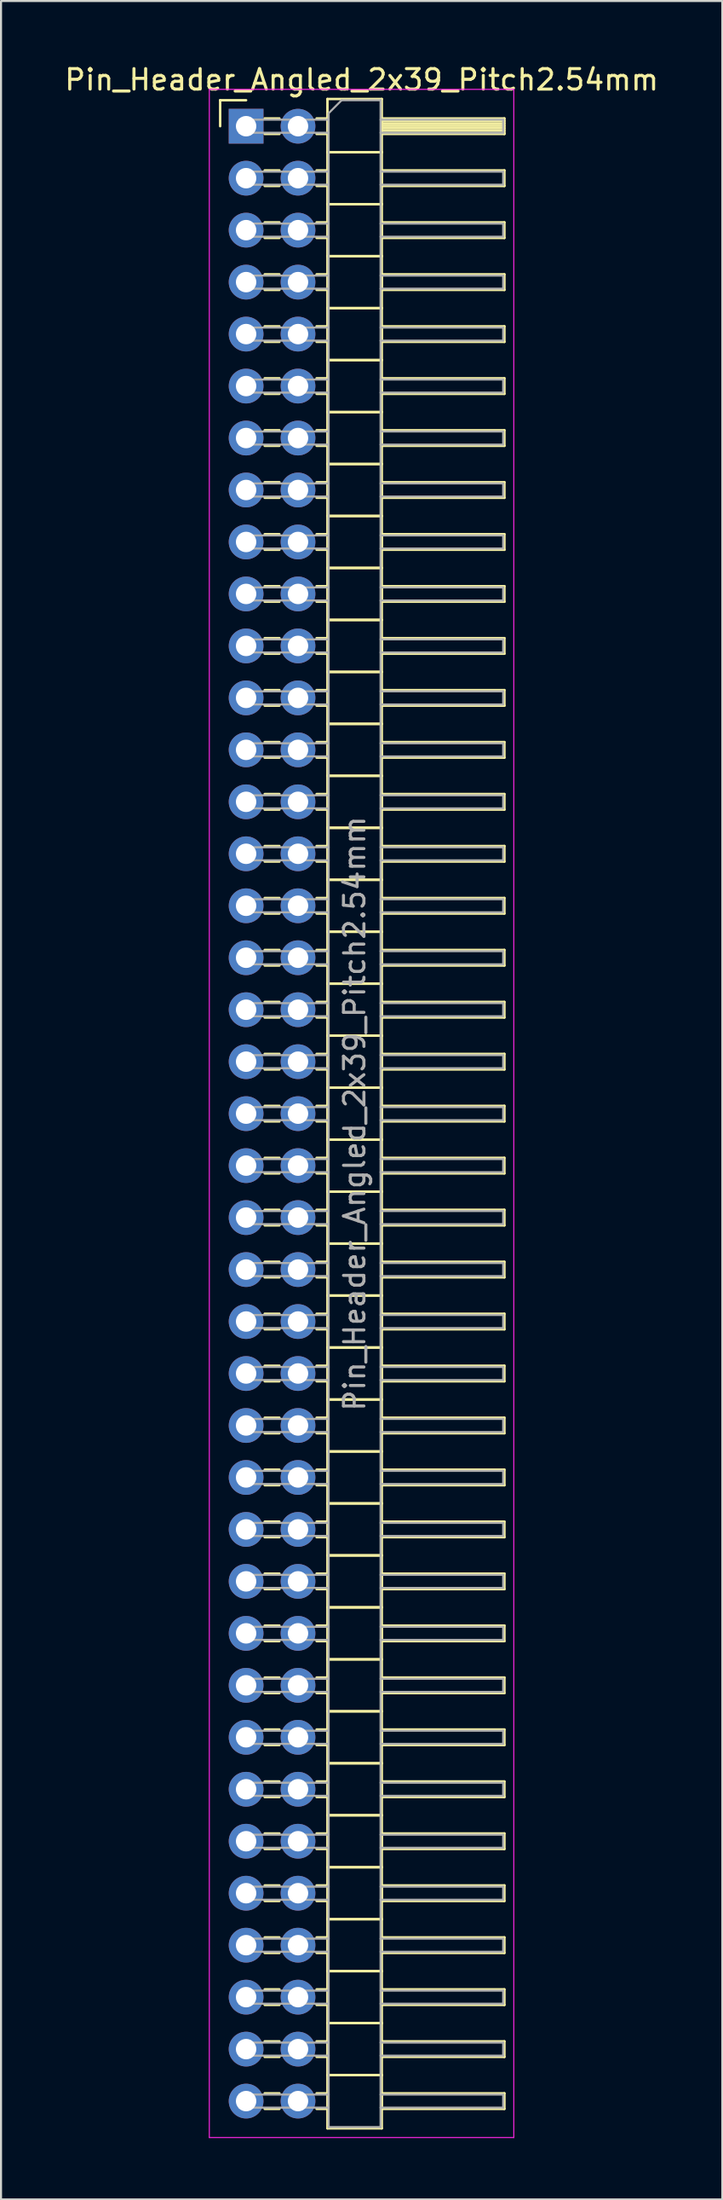
<source format=kicad_pcb>
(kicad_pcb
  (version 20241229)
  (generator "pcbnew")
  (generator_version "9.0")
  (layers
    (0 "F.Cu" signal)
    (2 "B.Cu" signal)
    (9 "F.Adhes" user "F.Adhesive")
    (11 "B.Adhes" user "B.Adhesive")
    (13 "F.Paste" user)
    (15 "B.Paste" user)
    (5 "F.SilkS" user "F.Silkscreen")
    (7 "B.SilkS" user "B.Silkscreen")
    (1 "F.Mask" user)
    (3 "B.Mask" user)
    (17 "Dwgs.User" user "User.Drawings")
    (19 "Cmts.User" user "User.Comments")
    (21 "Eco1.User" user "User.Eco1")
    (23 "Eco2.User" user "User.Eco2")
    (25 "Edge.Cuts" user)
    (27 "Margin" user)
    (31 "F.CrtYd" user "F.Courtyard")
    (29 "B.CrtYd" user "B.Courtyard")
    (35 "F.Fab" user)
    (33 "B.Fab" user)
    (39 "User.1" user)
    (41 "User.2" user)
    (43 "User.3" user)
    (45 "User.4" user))
  (footprint "Pin_Header_Angled_2x39_Pitch2.54mm"
    (layer "F.Cu")
    (at 8.994 3.118)
    (property "Reference" "Pin_Header_Angled_2x39_Pitch2.54mm" (at 5.655 -2.27 0) (layer "F.SilkS") (effects (font (size 1 1) (thickness 0.15))))
    (attr through_hole)
    (fp_line (start -1.27 -1.27) (end 0 -1.27) (stroke (width 0.12) (type solid)) (layer "F.SilkS"))
    (fp_line (start -1.27 0) (end -1.27 -1.27) (stroke (width 0.12) (type solid)) (layer "F.SilkS"))
    (fp_line (start 0.91 -0.38) (end 1.63 -0.38) (stroke (width 0.12) (type solid)) (layer "F.SilkS"))
    (fp_line (start 0.91 0.38) (end 1.63 0.38) (stroke (width 0.12) (type solid)) (layer "F.SilkS"))
    (fp_line (start 0.91 2.16) (end 1.63 2.16) (stroke (width 0.12) (type solid)) (layer "F.SilkS"))
    (fp_line (start 0.91 2.92) (end 1.63 2.92) (stroke (width 0.12) (type solid)) (layer "F.SilkS"))
    (fp_line (start 0.91 4.7) (end 1.63 4.7) (stroke (width 0.12) (type solid)) (layer "F.SilkS"))
    (fp_line (start 0.91 5.46) (end 1.63 5.46) (stroke (width 0.12) (type solid)) (layer "F.SilkS"))
    (fp_line (start 0.91 7.24) (end 1.63 7.24) (stroke (width 0.12) (type solid)) (layer "F.SilkS"))
    (fp_line (start 0.91 8) (end 1.63 8) (stroke (width 0.12) (type solid)) (layer "F.SilkS"))
    (fp_line (start 0.91 9.78) (end 1.63 9.78) (stroke (width 0.12) (type solid)) (layer "F.SilkS"))
    (fp_line (start 0.91 10.54) (end 1.63 10.54) (stroke (width 0.12) (type solid)) (layer "F.SilkS"))
    (fp_line (start 0.91 12.32) (end 1.63 12.32) (stroke (width 0.12) (type solid)) (layer "F.SilkS"))
    (fp_line (start 0.91 13.08) (end 1.63 13.08) (stroke (width 0.12) (type solid)) (layer "F.SilkS"))
    (fp_line (start 0.91 14.86) (end 1.63 14.86) (stroke (width 0.12) (type solid)) (layer "F.SilkS"))
    (fp_line (start 0.91 15.62) (end 1.63 15.62) (stroke (width 0.12) (type solid)) (layer "F.SilkS"))
    (fp_line (start 0.91 17.4) (end 1.63 17.4) (stroke (width 0.12) (type solid)) (layer "F.SilkS"))
    (fp_line (start 0.91 18.16) (end 1.63 18.16) (stroke (width 0.12) (type solid)) (layer "F.SilkS"))
    (fp_line (start 0.91 19.94) (end 1.63 19.94) (stroke (width 0.12) (type solid)) (layer "F.SilkS"))
    (fp_line (start 0.91 20.7) (end 1.63 20.7) (stroke (width 0.12) (type solid)) (layer "F.SilkS"))
    (fp_line (start 0.91 22.48) (end 1.63 22.48) (stroke (width 0.12) (type solid)) (layer "F.SilkS"))
    (fp_line (start 0.91 23.24) (end 1.63 23.24) (stroke (width 0.12) (type solid)) (layer "F.SilkS"))
    (fp_line (start 0.91 25.02) (end 1.63 25.02) (stroke (width 0.12) (type solid)) (layer "F.SilkS"))
    (fp_line (start 0.91 25.78) (end 1.63 25.78) (stroke (width 0.12) (type solid)) (layer "F.SilkS"))
    (fp_line (start 0.91 27.56) (end 1.63 27.56) (stroke (width 0.12) (type solid)) (layer "F.SilkS"))
    (fp_line (start 0.91 28.32) (end 1.63 28.32) (stroke (width 0.12) (type solid)) (layer "F.SilkS"))
    (fp_line (start 0.91 30.1) (end 1.63 30.1) (stroke (width 0.12) (type solid)) (layer "F.SilkS"))
    (fp_line (start 0.91 30.86) (end 1.63 30.86) (stroke (width 0.12) (type solid)) (layer "F.SilkS"))
    (fp_line (start 0.91 32.64) (end 1.63 32.64) (stroke (width 0.12) (type solid)) (layer "F.SilkS"))
    (fp_line (start 0.91 33.4) (end 1.63 33.4) (stroke (width 0.12) (type solid)) (layer "F.SilkS"))
    (fp_line (start 0.91 35.18) (end 1.63 35.18) (stroke (width 0.12) (type solid)) (layer "F.SilkS"))
    (fp_line (start 0.91 35.94) (end 1.63 35.94) (stroke (width 0.12) (type solid)) (layer "F.SilkS"))
    (fp_line (start 0.91 37.72) (end 1.63 37.72) (stroke (width 0.12) (type solid)) (layer "F.SilkS"))
    (fp_line (start 0.91 38.48) (end 1.63 38.48) (stroke (width 0.12) (type solid)) (layer "F.SilkS"))
    (fp_line (start 0.91 40.26) (end 1.63 40.26) (stroke (width 0.12) (type solid)) (layer "F.SilkS"))
    (fp_line (start 0.91 41.02) (end 1.63 41.02) (stroke (width 0.12) (type solid)) (layer "F.SilkS"))
    (fp_line (start 0.91 42.8) (end 1.63 42.8) (stroke (width 0.12) (type solid)) (layer "F.SilkS"))
    (fp_line (start 0.91 43.56) (end 1.63 43.56) (stroke (width 0.12) (type solid)) (layer "F.SilkS"))
    (fp_line (start 0.91 45.34) (end 1.63 45.34) (stroke (width 0.12) (type solid)) (layer "F.SilkS"))
    (fp_line (start 0.91 46.1) (end 1.63 46.1) (stroke (width 0.12) (type solid)) (layer "F.SilkS"))
    (fp_line (start 0.91 47.88) (end 1.63 47.88) (stroke (width 0.12) (type solid)) (layer "F.SilkS"))
    (fp_line (start 0.91 48.64) (end 1.63 48.64) (stroke (width 0.12) (type solid)) (layer "F.SilkS"))
    (fp_line (start 0.91 50.42) (end 1.63 50.42) (stroke (width 0.12) (type solid)) (layer "F.SilkS"))
    (fp_line (start 0.91 51.18) (end 1.63 51.18) (stroke (width 0.12) (type solid)) (layer "F.SilkS"))
    (fp_line (start 0.91 52.96) (end 1.63 52.96) (stroke (width 0.12) (type solid)) (layer "F.SilkS"))
    (fp_line (start 0.91 53.72) (end 1.63 53.72) (stroke (width 0.12) (type solid)) (layer "F.SilkS"))
    (fp_line (start 0.91 55.5) (end 1.63 55.5) (stroke (width 0.12) (type solid)) (layer "F.SilkS"))
    (fp_line (start 0.91 56.26) (end 1.63 56.26) (stroke (width 0.12) (type solid)) (layer "F.SilkS"))
    (fp_line (start 0.91 58.04) (end 1.63 58.04) (stroke (width 0.12) (type solid)) (layer "F.SilkS"))
    (fp_line (start 0.91 58.8) (end 1.63 58.8) (stroke (width 0.12) (type solid)) (layer "F.SilkS"))
    (fp_line (start 0.91 60.58) (end 1.63 60.58) (stroke (width 0.12) (type solid)) (layer "F.SilkS"))
    (fp_line (start 0.91 61.34) (end 1.63 61.34) (stroke (width 0.12) (type solid)) (layer "F.SilkS"))
    (fp_line (start 0.91 63.12) (end 1.63 63.12) (stroke (width 0.12) (type solid)) (layer "F.SilkS"))
    (fp_line (start 0.91 63.88) (end 1.63 63.88) (stroke (width 0.12) (type solid)) (layer "F.SilkS"))
    (fp_line (start 0.91 65.66) (end 1.63 65.66) (stroke (width 0.12) (type solid)) (layer "F.SilkS"))
    (fp_line (start 0.91 66.42) (end 1.63 66.42) (stroke (width 0.12) (type solid)) (layer "F.SilkS"))
    (fp_line (start 0.91 68.2) (end 1.63 68.2) (stroke (width 0.12) (type solid)) (layer "F.SilkS"))
    (fp_line (start 0.91 68.96) (end 1.63 68.96) (stroke (width 0.12) (type solid)) (layer "F.SilkS"))
    (fp_line (start 0.91 70.74) (end 1.63 70.74) (stroke (width 0.12) (type solid)) (layer "F.SilkS"))
    (fp_line (start 0.91 71.5) (end 1.63 71.5) (stroke (width 0.12) (type solid)) (layer "F.SilkS"))
    (fp_line (start 0.91 73.28) (end 1.63 73.28) (stroke (width 0.12) (type solid)) (layer "F.SilkS"))
    (fp_line (start 0.91 74.04) (end 1.63 74.04) (stroke (width 0.12) (type solid)) (layer "F.SilkS"))
    (fp_line (start 0.91 75.82) (end 1.63 75.82) (stroke (width 0.12) (type solid)) (layer "F.SilkS"))
    (fp_line (start 0.91 76.58) (end 1.63 76.58) (stroke (width 0.12) (type solid)) (layer "F.SilkS"))
    (fp_line (start 0.91 78.36) (end 1.63 78.36) (stroke (width 0.12) (type solid)) (layer "F.SilkS"))
    (fp_line (start 0.91 79.12) (end 1.63 79.12) (stroke (width 0.12) (type solid)) (layer "F.SilkS"))
    (fp_line (start 0.91 80.9) (end 1.63 80.9) (stroke (width 0.12) (type solid)) (layer "F.SilkS"))
    (fp_line (start 0.91 81.66) (end 1.63 81.66) (stroke (width 0.12) (type solid)) (layer "F.SilkS"))
    (fp_line (start 0.91 83.44) (end 1.63 83.44) (stroke (width 0.12) (type solid)) (layer "F.SilkS"))
    (fp_line (start 0.91 84.2) (end 1.63 84.2) (stroke (width 0.12) (type solid)) (layer "F.SilkS"))
    (fp_line (start 0.91 85.98) (end 1.63 85.98) (stroke (width 0.12) (type solid)) (layer "F.SilkS"))
    (fp_line (start 0.91 86.74) (end 1.63 86.74) (stroke (width 0.12) (type solid)) (layer "F.SilkS"))
    (fp_line (start 0.91 88.52) (end 1.63 88.52) (stroke (width 0.12) (type solid)) (layer "F.SilkS"))
    (fp_line (start 0.91 89.28) (end 1.63 89.28) (stroke (width 0.12) (type solid)) (layer "F.SilkS"))
    (fp_line (start 0.91 91.06) (end 1.63 91.06) (stroke (width 0.12) (type solid)) (layer "F.SilkS"))
    (fp_line (start 0.91 91.82) (end 1.63 91.82) (stroke (width 0.12) (type solid)) (layer "F.SilkS"))
    (fp_line (start 0.91 93.6) (end 1.63 93.6) (stroke (width 0.12) (type solid)) (layer "F.SilkS"))
    (fp_line (start 0.91 94.36) (end 1.63 94.36) (stroke (width 0.12) (type solid)) (layer "F.SilkS"))
    (fp_line (start 0.91 96.14) (end 1.63 96.14) (stroke (width 0.12) (type solid)) (layer "F.SilkS"))
    (fp_line (start 0.91 96.9) (end 1.63 96.9) (stroke (width 0.12) (type solid)) (layer "F.SilkS"))
    (fp_line (start 3.45 -0.38) (end 3.98 -0.38) (stroke (width 0.12) (type solid)) (layer "F.SilkS"))
    (fp_line (start 3.45 0.38) (end 3.98 0.38) (stroke (width 0.12) (type solid)) (layer "F.SilkS"))
    (fp_line (start 3.45 2.16) (end 3.98 2.16) (stroke (width 0.12) (type solid)) (layer "F.SilkS"))
    (fp_line (start 3.45 2.92) (end 3.98 2.92) (stroke (width 0.12) (type solid)) (layer "F.SilkS"))
    (fp_line (start 3.45 4.7) (end 3.98 4.7) (stroke (width 0.12) (type solid)) (layer "F.SilkS"))
    (fp_line (start 3.45 5.46) (end 3.98 5.46) (stroke (width 0.12) (type solid)) (layer "F.SilkS"))
    (fp_line (start 3.45 7.24) (end 3.98 7.24) (stroke (width 0.12) (type solid)) (layer "F.SilkS"))
    (fp_line (start 3.45 8) (end 3.98 8) (stroke (width 0.12) (type solid)) (layer "F.SilkS"))
    (fp_line (start 3.45 9.78) (end 3.98 9.78) (stroke (width 0.12) (type solid)) (layer "F.SilkS"))
    (fp_line (start 3.45 10.54) (end 3.98 10.54) (stroke (width 0.12) (type solid)) (layer "F.SilkS"))
    (fp_line (start 3.45 12.32) (end 3.98 12.32) (stroke (width 0.12) (type solid)) (layer "F.SilkS"))
    (fp_line (start 3.45 13.08) (end 3.98 13.08) (stroke (width 0.12) (type solid)) (layer "F.SilkS"))
    (fp_line (start 3.45 14.86) (end 3.98 14.86) (stroke (width 0.12) (type solid)) (layer "F.SilkS"))
    (fp_line (start 3.45 15.62) (end 3.98 15.62) (stroke (width 0.12) (type solid)) (layer "F.SilkS"))
    (fp_line (start 3.45 17.4) (end 3.98 17.4) (stroke (width 0.12) (type solid)) (layer "F.SilkS"))
    (fp_line (start 3.45 18.16) (end 3.98 18.16) (stroke (width 0.12) (type solid)) (layer "F.SilkS"))
    (fp_line (start 3.45 19.94) (end 3.98 19.94) (stroke (width 0.12) (type solid)) (layer "F.SilkS"))
    (fp_line (start 3.45 20.7) (end 3.98 20.7) (stroke (width 0.12) (type solid)) (layer "F.SilkS"))
    (fp_line (start 3.45 22.48) (end 3.98 22.48) (stroke (width 0.12) (type solid)) (layer "F.SilkS"))
    (fp_line (start 3.45 23.24) (end 3.98 23.24) (stroke (width 0.12) (type solid)) (layer "F.SilkS"))
    (fp_line (start 3.45 25.02) (end 3.98 25.02) (stroke (width 0.12) (type solid)) (layer "F.SilkS"))
    (fp_line (start 3.45 25.78) (end 3.98 25.78) (stroke (width 0.12) (type solid)) (layer "F.SilkS"))
    (fp_line (start 3.45 27.56) (end 3.98 27.56) (stroke (width 0.12) (type solid)) (layer "F.SilkS"))
    (fp_line (start 3.45 28.32) (end 3.98 28.32) (stroke (width 0.12) (type solid)) (layer "F.SilkS"))
    (fp_line (start 3.45 30.1) (end 3.98 30.1) (stroke (width 0.12) (type solid)) (layer "F.SilkS"))
    (fp_line (start 3.45 30.86) (end 3.98 30.86) (stroke (width 0.12) (type solid)) (layer "F.SilkS"))
    (fp_line (start 3.45 32.64) (end 3.98 32.64) (stroke (width 0.12) (type solid)) (layer "F.SilkS"))
    (fp_line (start 3.45 33.4) (end 3.98 33.4) (stroke (width 0.12) (type solid)) (layer "F.SilkS"))
    (fp_line (start 3.45 35.18) (end 3.98 35.18) (stroke (width 0.12) (type solid)) (layer "F.SilkS"))
    (fp_line (start 3.45 35.94) (end 3.98 35.94) (stroke (width 0.12) (type solid)) (layer "F.SilkS"))
    (fp_line (start 3.45 37.72) (end 3.98 37.72) (stroke (width 0.12) (type solid)) (layer "F.SilkS"))
    (fp_line (start 3.45 38.48) (end 3.98 38.48) (stroke (width 0.12) (type solid)) (layer "F.SilkS"))
    (fp_line (start 3.45 40.26) (end 3.98 40.26) (stroke (width 0.12) (type solid)) (layer "F.SilkS"))
    (fp_line (start 3.45 41.02) (end 3.98 41.02) (stroke (width 0.12) (type solid)) (layer "F.SilkS"))
    (fp_line (start 3.45 42.8) (end 3.98 42.8) (stroke (width 0.12) (type solid)) (layer "F.SilkS"))
    (fp_line (start 3.45 43.56) (end 3.98 43.56) (stroke (width 0.12) (type solid)) (layer "F.SilkS"))
    (fp_line (start 3.45 45.34) (end 3.98 45.34) (stroke (width 0.12) (type solid)) (layer "F.SilkS"))
    (fp_line (start 3.45 46.1) (end 3.98 46.1) (stroke (width 0.12) (type solid)) (layer "F.SilkS"))
    (fp_line (start 3.45 47.88) (end 3.98 47.88) (stroke (width 0.12) (type solid)) (layer "F.SilkS"))
    (fp_line (start 3.45 48.64) (end 3.98 48.64) (stroke (width 0.12) (type solid)) (layer "F.SilkS"))
    (fp_line (start 3.45 50.42) (end 3.98 50.42) (stroke (width 0.12) (type solid)) (layer "F.SilkS"))
    (fp_line (start 3.45 51.18) (end 3.98 51.18) (stroke (width 0.12) (type solid)) (layer "F.SilkS"))
    (fp_line (start 3.45 52.96) (end 3.98 52.96) (stroke (width 0.12) (type solid)) (layer "F.SilkS"))
    (fp_line (start 3.45 53.72) (end 3.98 53.72) (stroke (width 0.12) (type solid)) (layer "F.SilkS"))
    (fp_line (start 3.45 55.5) (end 3.98 55.5) (stroke (width 0.12) (type solid)) (layer "F.SilkS"))
    (fp_line (start 3.45 56.26) (end 3.98 56.26) (stroke (width 0.12) (type solid)) (layer "F.SilkS"))
    (fp_line (start 3.45 58.04) (end 3.98 58.04) (stroke (width 0.12) (type solid)) (layer "F.SilkS"))
    (fp_line (start 3.45 58.8) (end 3.98 58.8) (stroke (width 0.12) (type solid)) (layer "F.SilkS"))
    (fp_line (start 3.45 60.58) (end 3.98 60.58) (stroke (width 0.12) (type solid)) (layer "F.SilkS"))
    (fp_line (start 3.45 61.34) (end 3.98 61.34) (stroke (width 0.12) (type solid)) (layer "F.SilkS"))
    (fp_line (start 3.45 63.12) (end 3.98 63.12) (stroke (width 0.12) (type solid)) (layer "F.SilkS"))
    (fp_line (start 3.45 63.88) (end 3.98 63.88) (stroke (width 0.12) (type solid)) (layer "F.SilkS"))
    (fp_line (start 3.45 65.66) (end 3.98 65.66) (stroke (width 0.12) (type solid)) (layer "F.SilkS"))
    (fp_line (start 3.45 66.42) (end 3.98 66.42) (stroke (width 0.12) (type solid)) (layer "F.SilkS"))
    (fp_line (start 3.45 68.2) (end 3.98 68.2) (stroke (width 0.12) (type solid)) (layer "F.SilkS"))
    (fp_line (start 3.45 68.96) (end 3.98 68.96) (stroke (width 0.12) (type solid)) (layer "F.SilkS"))
    (fp_line (start 3.45 70.74) (end 3.98 70.74) (stroke (width 0.12) (type solid)) (layer "F.SilkS"))
    (fp_line (start 3.45 71.5) (end 3.98 71.5) (stroke (width 0.12) (type solid)) (layer "F.SilkS"))
    (fp_line (start 3.45 73.28) (end 3.98 73.28) (stroke (width 0.12) (type solid)) (layer "F.SilkS"))
    (fp_line (start 3.45 74.04) (end 3.98 74.04) (stroke (width 0.12) (type solid)) (layer "F.SilkS"))
    (fp_line (start 3.45 75.82) (end 3.98 75.82) (stroke (width 0.12) (type solid)) (layer "F.SilkS"))
    (fp_line (start 3.45 76.58) (end 3.98 76.58) (stroke (width 0.12) (type solid)) (layer "F.SilkS"))
    (fp_line (start 3.45 78.36) (end 3.98 78.36) (stroke (width 0.12) (type solid)) (layer "F.SilkS"))
    (fp_line (start 3.45 79.12) (end 3.98 79.12) (stroke (width 0.12) (type solid)) (layer "F.SilkS"))
    (fp_line (start 3.45 80.9) (end 3.98 80.9) (stroke (width 0.12) (type solid)) (layer "F.SilkS"))
    (fp_line (start 3.45 81.66) (end 3.98 81.66) (stroke (width 0.12) (type solid)) (layer "F.SilkS"))
    (fp_line (start 3.45 83.44) (end 3.98 83.44) (stroke (width 0.12) (type solid)) (layer "F.SilkS"))
    (fp_line (start 3.45 84.2) (end 3.98 84.2) (stroke (width 0.12) (type solid)) (layer "F.SilkS"))
    (fp_line (start 3.45 85.98) (end 3.98 85.98) (stroke (width 0.12) (type solid)) (layer "F.SilkS"))
    (fp_line (start 3.45 86.74) (end 3.98 86.74) (stroke (width 0.12) (type solid)) (layer "F.SilkS"))
    (fp_line (start 3.45 88.52) (end 3.98 88.52) (stroke (width 0.12) (type solid)) (layer "F.SilkS"))
    (fp_line (start 3.45 89.28) (end 3.98 89.28) (stroke (width 0.12) (type solid)) (layer "F.SilkS"))
    (fp_line (start 3.45 91.06) (end 3.98 91.06) (stroke (width 0.12) (type solid)) (layer "F.SilkS"))
    (fp_line (start 3.45 91.82) (end 3.98 91.82) (stroke (width 0.12) (type solid)) (layer "F.SilkS"))
    (fp_line (start 3.45 93.6) (end 3.98 93.6) (stroke (width 0.12) (type solid)) (layer "F.SilkS"))
    (fp_line (start 3.45 94.36) (end 3.98 94.36) (stroke (width 0.12) (type solid)) (layer "F.SilkS"))
    (fp_line (start 3.45 96.14) (end 3.98 96.14) (stroke (width 0.12) (type solid)) (layer "F.SilkS"))
    (fp_line (start 3.45 96.9) (end 3.98 96.9) (stroke (width 0.12) (type solid)) (layer "F.SilkS"))
    (fp_line (start 3.98 -1.33) (end 3.98 1.27) (stroke (width 0.12) (type solid)) (layer "F.SilkS"))
    (fp_line (start 3.98 1.27) (end 3.98 3.81) (stroke (width 0.12) (type solid)) (layer "F.SilkS"))
    (fp_line (start 3.98 1.27) (end 6.64 1.27) (stroke (width 0.12) (type solid)) (layer "F.SilkS"))
    (fp_line (start 3.98 3.81) (end 3.98 6.35) (stroke (width 0.12) (type solid)) (layer "F.SilkS"))
    (fp_line (start 3.98 3.81) (end 6.64 3.81) (stroke (width 0.12) (type solid)) (layer "F.SilkS"))
    (fp_line (start 3.98 6.35) (end 3.98 8.89) (stroke (width 0.12) (type solid)) (layer "F.SilkS"))
    (fp_line (start 3.98 6.35) (end 6.64 6.35) (stroke (width 0.12) (type solid)) (layer "F.SilkS"))
    (fp_line (start 3.98 8.89) (end 3.98 11.43) (stroke (width 0.12) (type solid)) (layer "F.SilkS"))
    (fp_line (start 3.98 8.89) (end 6.64 8.89) (stroke (width 0.12) (type solid)) (layer "F.SilkS"))
    (fp_line (start 3.98 11.43) (end 3.98 13.97) (stroke (width 0.12) (type solid)) (layer "F.SilkS"))
    (fp_line (start 3.98 11.43) (end 6.64 11.43) (stroke (width 0.12) (type solid)) (layer "F.SilkS"))
    (fp_line (start 3.98 13.97) (end 3.98 16.51) (stroke (width 0.12) (type solid)) (layer "F.SilkS"))
    (fp_line (start 3.98 13.97) (end 6.64 13.97) (stroke (width 0.12) (type solid)) (layer "F.SilkS"))
    (fp_line (start 3.98 16.51) (end 3.98 19.05) (stroke (width 0.12) (type solid)) (layer "F.SilkS"))
    (fp_line (start 3.98 16.51) (end 6.64 16.51) (stroke (width 0.12) (type solid)) (layer "F.SilkS"))
    (fp_line (start 3.98 19.05) (end 3.98 21.59) (stroke (width 0.12) (type solid)) (layer "F.SilkS"))
    (fp_line (start 3.98 19.05) (end 6.64 19.05) (stroke (width 0.12) (type solid)) (layer "F.SilkS"))
    (fp_line (start 3.98 21.59) (end 3.98 24.13) (stroke (width 0.12) (type solid)) (layer "F.SilkS"))
    (fp_line (start 3.98 21.59) (end 6.64 21.59) (stroke (width 0.12) (type solid)) (layer "F.SilkS"))
    (fp_line (start 3.98 24.13) (end 3.98 26.67) (stroke (width 0.12) (type solid)) (layer "F.SilkS"))
    (fp_line (start 3.98 24.13) (end 6.64 24.13) (stroke (width 0.12) (type solid)) (layer "F.SilkS"))
    (fp_line (start 3.98 26.67) (end 3.98 29.21) (stroke (width 0.12) (type solid)) (layer "F.SilkS"))
    (fp_line (start 3.98 26.67) (end 6.64 26.67) (stroke (width 0.12) (type solid)) (layer "F.SilkS"))
    (fp_line (start 3.98 29.21) (end 3.98 31.75) (stroke (width 0.12) (type solid)) (layer "F.SilkS"))
    (fp_line (start 3.98 29.21) (end 6.64 29.21) (stroke (width 0.12) (type solid)) (layer "F.SilkS"))
    (fp_line (start 3.98 31.75) (end 3.98 34.29) (stroke (width 0.12) (type solid)) (layer "F.SilkS"))
    (fp_line (start 3.98 31.75) (end 6.64 31.75) (stroke (width 0.12) (type solid)) (layer "F.SilkS"))
    (fp_line (start 3.98 34.29) (end 3.98 36.83) (stroke (width 0.12) (type solid)) (layer "F.SilkS"))
    (fp_line (start 3.98 34.29) (end 6.64 34.29) (stroke (width 0.12) (type solid)) (layer "F.SilkS"))
    (fp_line (start 3.98 36.83) (end 3.98 39.37) (stroke (width 0.12) (type solid)) (layer "F.SilkS"))
    (fp_line (start 3.98 36.83) (end 6.64 36.83) (stroke (width 0.12) (type solid)) (layer "F.SilkS"))
    (fp_line (start 3.98 39.37) (end 3.98 41.91) (stroke (width 0.12) (type solid)) (layer "F.SilkS"))
    (fp_line (start 3.98 39.37) (end 6.64 39.37) (stroke (width 0.12) (type solid)) (layer "F.SilkS"))
    (fp_line (start 3.98 41.91) (end 3.98 44.45) (stroke (width 0.12) (type solid)) (layer "F.SilkS"))
    (fp_line (start 3.98 41.91) (end 6.64 41.91) (stroke (width 0.12) (type solid)) (layer "F.SilkS"))
    (fp_line (start 3.98 44.45) (end 3.98 46.99) (stroke (width 0.12) (type solid)) (layer "F.SilkS"))
    (fp_line (start 3.98 44.45) (end 6.64 44.45) (stroke (width 0.12) (type solid)) (layer "F.SilkS"))
    (fp_line (start 3.98 46.99) (end 3.98 49.53) (stroke (width 0.12) (type solid)) (layer "F.SilkS"))
    (fp_line (start 3.98 46.99) (end 6.64 46.99) (stroke (width 0.12) (type solid)) (layer "F.SilkS"))
    (fp_line (start 3.98 49.53) (end 3.98 52.07) (stroke (width 0.12) (type solid)) (layer "F.SilkS"))
    (fp_line (start 3.98 49.53) (end 6.64 49.53) (stroke (width 0.12) (type solid)) (layer "F.SilkS"))
    (fp_line (start 3.98 52.07) (end 3.98 54.61) (stroke (width 0.12) (type solid)) (layer "F.SilkS"))
    (fp_line (start 3.98 52.07) (end 6.64 52.07) (stroke (width 0.12) (type solid)) (layer "F.SilkS"))
    (fp_line (start 3.98 54.61) (end 3.98 57.15) (stroke (width 0.12) (type solid)) (layer "F.SilkS"))
    (fp_line (start 3.98 54.61) (end 6.64 54.61) (stroke (width 0.12) (type solid)) (layer "F.SilkS"))
    (fp_line (start 3.98 57.15) (end 3.98 59.69) (stroke (width 0.12) (type solid)) (layer "F.SilkS"))
    (fp_line (start 3.98 57.15) (end 6.64 57.15) (stroke (width 0.12) (type solid)) (layer "F.SilkS"))
    (fp_line (start 3.98 59.69) (end 3.98 62.23) (stroke (width 0.12) (type solid)) (layer "F.SilkS"))
    (fp_line (start 3.98 59.69) (end 6.64 59.69) (stroke (width 0.12) (type solid)) (layer "F.SilkS"))
    (fp_line (start 3.98 62.23) (end 3.98 64.77) (stroke (width 0.12) (type solid)) (layer "F.SilkS"))
    (fp_line (start 3.98 62.23) (end 6.64 62.23) (stroke (width 0.12) (type solid)) (layer "F.SilkS"))
    (fp_line (start 3.98 64.77) (end 3.98 67.31) (stroke (width 0.12) (type solid)) (layer "F.SilkS"))
    (fp_line (start 3.98 64.77) (end 6.64 64.77) (stroke (width 0.12) (type solid)) (layer "F.SilkS"))
    (fp_line (start 3.98 67.31) (end 3.98 69.85) (stroke (width 0.12) (type solid)) (layer "F.SilkS"))
    (fp_line (start 3.98 67.31) (end 6.64 67.31) (stroke (width 0.12) (type solid)) (layer "F.SilkS"))
    (fp_line (start 3.98 69.85) (end 3.98 72.39) (stroke (width 0.12) (type solid)) (layer "F.SilkS"))
    (fp_line (start 3.98 69.85) (end 6.64 69.85) (stroke (width 0.12) (type solid)) (layer "F.SilkS"))
    (fp_line (start 3.98 72.39) (end 3.98 74.93) (stroke (width 0.12) (type solid)) (layer "F.SilkS"))
    (fp_line (start 3.98 72.39) (end 6.64 72.39) (stroke (width 0.12) (type solid)) (layer "F.SilkS"))
    (fp_line (start 3.98 74.93) (end 3.98 77.47) (stroke (width 0.12) (type solid)) (layer "F.SilkS"))
    (fp_line (start 3.98 74.93) (end 6.64 74.93) (stroke (width 0.12) (type solid)) (layer "F.SilkS"))
    (fp_line (start 3.98 77.47) (end 3.98 80.01) (stroke (width 0.12) (type solid)) (layer "F.SilkS"))
    (fp_line (start 3.98 77.47) (end 6.64 77.47) (stroke (width 0.12) (type solid)) (layer "F.SilkS"))
    (fp_line (start 3.98 80.01) (end 3.98 82.55) (stroke (width 0.12) (type solid)) (layer "F.SilkS"))
    (fp_line (start 3.98 80.01) (end 6.64 80.01) (stroke (width 0.12) (type solid)) (layer "F.SilkS"))
    (fp_line (start 3.98 82.55) (end 3.98 85.09) (stroke (width 0.12) (type solid)) (layer "F.SilkS"))
    (fp_line (start 3.98 82.55) (end 6.64 82.55) (stroke (width 0.12) (type solid)) (layer "F.SilkS"))
    (fp_line (start 3.98 85.09) (end 3.98 87.63) (stroke (width 0.12) (type solid)) (layer "F.SilkS"))
    (fp_line (start 3.98 85.09) (end 6.64 85.09) (stroke (width 0.12) (type solid)) (layer "F.SilkS"))
    (fp_line (start 3.98 87.63) (end 3.98 90.17) (stroke (width 0.12) (type solid)) (layer "F.SilkS"))
    (fp_line (start 3.98 87.63) (end 6.64 87.63) (stroke (width 0.12) (type solid)) (layer "F.SilkS"))
    (fp_line (start 3.98 90.17) (end 3.98 92.71) (stroke (width 0.12) (type solid)) (layer "F.SilkS"))
    (fp_line (start 3.98 90.17) (end 6.64 90.17) (stroke (width 0.12) (type solid)) (layer "F.SilkS"))
    (fp_line (start 3.98 92.71) (end 3.98 95.25) (stroke (width 0.12) (type solid)) (layer "F.SilkS"))
    (fp_line (start 3.98 92.71) (end 6.64 92.71) (stroke (width 0.12) (type solid)) (layer "F.SilkS"))
    (fp_line (start 3.98 95.25) (end 3.98 97.85) (stroke (width 0.12) (type solid)) (layer "F.SilkS"))
    (fp_line (start 3.98 95.25) (end 6.64 95.25) (stroke (width 0.12) (type solid)) (layer "F.SilkS"))
    (fp_line (start 3.98 97.85) (end 6.64 97.85) (stroke (width 0.12) (type solid)) (layer "F.SilkS"))
    (fp_line (start 6.64 -1.33) (end 3.98 -1.33) (stroke (width 0.12) (type solid)) (layer "F.SilkS"))
    (fp_line (start 6.64 -0.38) (end 6.64 0.38) (stroke (width 0.12) (type solid)) (layer "F.SilkS"))
    (fp_line (start 6.64 -0.26) (end 12.64 -0.26) (stroke (width 0.12) (type solid)) (layer "F.SilkS"))
    (fp_line (start 6.64 -0.14) (end 12.64 -0.14) (stroke (width 0.12) (type solid)) (layer "F.SilkS"))
    (fp_line (start 6.64 -0.02) (end 12.64 -0.02) (stroke (width 0.12) (type solid)) (layer "F.SilkS"))
    (fp_line (start 6.64 0.1) (end 12.64 0.1) (stroke (width 0.12) (type solid)) (layer "F.SilkS"))
    (fp_line (start 6.64 0.22) (end 12.64 0.22) (stroke (width 0.12) (type solid)) (layer "F.SilkS"))
    (fp_line (start 6.64 0.34) (end 12.64 0.34) (stroke (width 0.12) (type solid)) (layer "F.SilkS"))
    (fp_line (start 6.64 0.38) (end 12.64 0.38) (stroke (width 0.12) (type solid)) (layer "F.SilkS"))
    (fp_line (start 6.64 1.27) (end 3.98 1.27) (stroke (width 0.12) (type solid)) (layer "F.SilkS"))
    (fp_line (start 6.64 1.27) (end 6.64 -1.33) (stroke (width 0.12) (type solid)) (layer "F.SilkS"))
    (fp_line (start 6.64 2.16) (end 6.64 2.92) (stroke (width 0.12) (type solid)) (layer "F.SilkS"))
    (fp_line (start 6.64 2.92) (end 12.64 2.92) (stroke (width 0.12) (type solid)) (layer "F.SilkS"))
    (fp_line (start 6.64 3.81) (end 3.98 3.81) (stroke (width 0.12) (type solid)) (layer "F.SilkS"))
    (fp_line (start 6.64 3.81) (end 6.64 1.27) (stroke (width 0.12) (type solid)) (layer "F.SilkS"))
    (fp_line (start 6.64 4.7) (end 6.64 5.46) (stroke (width 0.12) (type solid)) (layer "F.SilkS"))
    (fp_line (start 6.64 5.46) (end 12.64 5.46) (stroke (width 0.12) (type solid)) (layer "F.SilkS"))
    (fp_line (start 6.64 6.35) (end 3.98 6.35) (stroke (width 0.12) (type solid)) (layer "F.SilkS"))
    (fp_line (start 6.64 6.35) (end 6.64 3.81) (stroke (width 0.12) (type solid)) (layer "F.SilkS"))
    (fp_line (start 6.64 7.24) (end 6.64 8) (stroke (width 0.12) (type solid)) (layer "F.SilkS"))
    (fp_line (start 6.64 8) (end 12.64 8) (stroke (width 0.12) (type solid)) (layer "F.SilkS"))
    (fp_line (start 6.64 8.89) (end 3.98 8.89) (stroke (width 0.12) (type solid)) (layer "F.SilkS"))
    (fp_line (start 6.64 8.89) (end 6.64 6.35) (stroke (width 0.12) (type solid)) (layer "F.SilkS"))
    (fp_line (start 6.64 9.78) (end 6.64 10.54) (stroke (width 0.12) (type solid)) (layer "F.SilkS"))
    (fp_line (start 6.64 10.54) (end 12.64 10.54) (stroke (width 0.12) (type solid)) (layer "F.SilkS"))
    (fp_line (start 6.64 11.43) (end 3.98 11.43) (stroke (width 0.12) (type solid)) (layer "F.SilkS"))
    (fp_line (start 6.64 11.43) (end 6.64 8.89) (stroke (width 0.12) (type solid)) (layer "F.SilkS"))
    (fp_line (start 6.64 12.32) (end 6.64 13.08) (stroke (width 0.12) (type solid)) (layer "F.SilkS"))
    (fp_line (start 6.64 13.08) (end 12.64 13.08) (stroke (width 0.12) (type solid)) (layer "F.SilkS"))
    (fp_line (start 6.64 13.97) (end 3.98 13.97) (stroke (width 0.12) (type solid)) (layer "F.SilkS"))
    (fp_line (start 6.64 13.97) (end 6.64 11.43) (stroke (width 0.12) (type solid)) (layer "F.SilkS"))
    (fp_line (start 6.64 14.86) (end 6.64 15.62) (stroke (width 0.12) (type solid)) (layer "F.SilkS"))
    (fp_line (start 6.64 15.62) (end 12.64 15.62) (stroke (width 0.12) (type solid)) (layer "F.SilkS"))
    (fp_line (start 6.64 16.51) (end 3.98 16.51) (stroke (width 0.12) (type solid)) (layer "F.SilkS"))
    (fp_line (start 6.64 16.51) (end 6.64 13.97) (stroke (width 0.12) (type solid)) (layer "F.SilkS"))
    (fp_line (start 6.64 17.4) (end 6.64 18.16) (stroke (width 0.12) (type solid)) (layer "F.SilkS"))
    (fp_line (start 6.64 18.16) (end 12.64 18.16) (stroke (width 0.12) (type solid)) (layer "F.SilkS"))
    (fp_line (start 6.64 19.05) (end 3.98 19.05) (stroke (width 0.12) (type solid)) (layer "F.SilkS"))
    (fp_line (start 6.64 19.05) (end 6.64 16.51) (stroke (width 0.12) (type solid)) (layer "F.SilkS"))
    (fp_line (start 6.64 19.94) (end 6.64 20.7) (stroke (width 0.12) (type solid)) (layer "F.SilkS"))
    (fp_line (start 6.64 20.7) (end 12.64 20.7) (stroke (width 0.12) (type solid)) (layer "F.SilkS"))
    (fp_line (start 6.64 21.59) (end 3.98 21.59) (stroke (width 0.12) (type solid)) (layer "F.SilkS"))
    (fp_line (start 6.64 21.59) (end 6.64 19.05) (stroke (width 0.12) (type solid)) (layer "F.SilkS"))
    (fp_line (start 6.64 22.48) (end 6.64 23.24) (stroke (width 0.12) (type solid)) (layer "F.SilkS"))
    (fp_line (start 6.64 23.24) (end 12.64 23.24) (stroke (width 0.12) (type solid)) (layer "F.SilkS"))
    (fp_line (start 6.64 24.13) (end 3.98 24.13) (stroke (width 0.12) (type solid)) (layer "F.SilkS"))
    (fp_line (start 6.64 24.13) (end 6.64 21.59) (stroke (width 0.12) (type solid)) (layer "F.SilkS"))
    (fp_line (start 6.64 25.02) (end 6.64 25.78) (stroke (width 0.12) (type solid)) (layer "F.SilkS"))
    (fp_line (start 6.64 25.78) (end 12.64 25.78) (stroke (width 0.12) (type solid)) (layer "F.SilkS"))
    (fp_line (start 6.64 26.67) (end 3.98 26.67) (stroke (width 0.12) (type solid)) (layer "F.SilkS"))
    (fp_line (start 6.64 26.67) (end 6.64 24.13) (stroke (width 0.12) (type solid)) (layer "F.SilkS"))
    (fp_line (start 6.64 27.56) (end 6.64 28.32) (stroke (width 0.12) (type solid)) (layer "F.SilkS"))
    (fp_line (start 6.64 28.32) (end 12.64 28.32) (stroke (width 0.12) (type solid)) (layer "F.SilkS"))
    (fp_line (start 6.64 29.21) (end 3.98 29.21) (stroke (width 0.12) (type solid)) (layer "F.SilkS"))
    (fp_line (start 6.64 29.21) (end 6.64 26.67) (stroke (width 0.12) (type solid)) (layer "F.SilkS"))
    (fp_line (start 6.64 30.1) (end 6.64 30.86) (stroke (width 0.12) (type solid)) (layer "F.SilkS"))
    (fp_line (start 6.64 30.86) (end 12.64 30.86) (stroke (width 0.12) (type solid)) (layer "F.SilkS"))
    (fp_line (start 6.64 31.75) (end 3.98 31.75) (stroke (width 0.12) (type solid)) (layer "F.SilkS"))
    (fp_line (start 6.64 31.75) (end 6.64 29.21) (stroke (width 0.12) (type solid)) (layer "F.SilkS"))
    (fp_line (start 6.64 32.64) (end 6.64 33.4) (stroke (width 0.12) (type solid)) (layer "F.SilkS"))
    (fp_line (start 6.64 33.4) (end 12.64 33.4) (stroke (width 0.12) (type solid)) (layer "F.SilkS"))
    (fp_line (start 6.64 34.29) (end 3.98 34.29) (stroke (width 0.12) (type solid)) (layer "F.SilkS"))
    (fp_line (start 6.64 34.29) (end 6.64 31.75) (stroke (width 0.12) (type solid)) (layer "F.SilkS"))
    (fp_line (start 6.64 35.18) (end 6.64 35.94) (stroke (width 0.12) (type solid)) (layer "F.SilkS"))
    (fp_line (start 6.64 35.94) (end 12.64 35.94) (stroke (width 0.12) (type solid)) (layer "F.SilkS"))
    (fp_line (start 6.64 36.83) (end 3.98 36.83) (stroke (width 0.12) (type solid)) (layer "F.SilkS"))
    (fp_line (start 6.64 36.83) (end 6.64 34.29) (stroke (width 0.12) (type solid)) (layer "F.SilkS"))
    (fp_line (start 6.64 37.72) (end 6.64 38.48) (stroke (width 0.12) (type solid)) (layer "F.SilkS"))
    (fp_line (start 6.64 38.48) (end 12.64 38.48) (stroke (width 0.12) (type solid)) (layer "F.SilkS"))
    (fp_line (start 6.64 39.37) (end 3.98 39.37) (stroke (width 0.12) (type solid)) (layer "F.SilkS"))
    (fp_line (start 6.64 39.37) (end 6.64 36.83) (stroke (width 0.12) (type solid)) (layer "F.SilkS"))
    (fp_line (start 6.64 40.26) (end 6.64 41.02) (stroke (width 0.12) (type solid)) (layer "F.SilkS"))
    (fp_line (start 6.64 41.02) (end 12.64 41.02) (stroke (width 0.12) (type solid)) (layer "F.SilkS"))
    (fp_line (start 6.64 41.91) (end 3.98 41.91) (stroke (width 0.12) (type solid)) (layer "F.SilkS"))
    (fp_line (start 6.64 41.91) (end 6.64 39.37) (stroke (width 0.12) (type solid)) (layer "F.SilkS"))
    (fp_line (start 6.64 42.8) (end 6.64 43.56) (stroke (width 0.12) (type solid)) (layer "F.SilkS"))
    (fp_line (start 6.64 43.56) (end 12.64 43.56) (stroke (width 0.12) (type solid)) (layer "F.SilkS"))
    (fp_line (start 6.64 44.45) (end 3.98 44.45) (stroke (width 0.12) (type solid)) (layer "F.SilkS"))
    (fp_line (start 6.64 44.45) (end 6.64 41.91) (stroke (width 0.12) (type solid)) (layer "F.SilkS"))
    (fp_line (start 6.64 45.34) (end 6.64 46.1) (stroke (width 0.12) (type solid)) (layer "F.SilkS"))
    (fp_line (start 6.64 46.1) (end 12.64 46.1) (stroke (width 0.12) (type solid)) (layer "F.SilkS"))
    (fp_line (start 6.64 46.99) (end 3.98 46.99) (stroke (width 0.12) (type solid)) (layer "F.SilkS"))
    (fp_line (start 6.64 46.99) (end 6.64 44.45) (stroke (width 0.12) (type solid)) (layer "F.SilkS"))
    (fp_line (start 6.64 47.88) (end 6.64 48.64) (stroke (width 0.12) (type solid)) (layer "F.SilkS"))
    (fp_line (start 6.64 48.64) (end 12.64 48.64) (stroke (width 0.12) (type solid)) (layer "F.SilkS"))
    (fp_line (start 6.64 49.53) (end 3.98 49.53) (stroke (width 0.12) (type solid)) (layer "F.SilkS"))
    (fp_line (start 6.64 49.53) (end 6.64 46.99) (stroke (width 0.12) (type solid)) (layer "F.SilkS"))
    (fp_line (start 6.64 50.42) (end 6.64 51.18) (stroke (width 0.12) (type solid)) (layer "F.SilkS"))
    (fp_line (start 6.64 51.18) (end 12.64 51.18) (stroke (width 0.12) (type solid)) (layer "F.SilkS"))
    (fp_line (start 6.64 52.07) (end 3.98 52.07) (stroke (width 0.12) (type solid)) (layer "F.SilkS"))
    (fp_line (start 6.64 52.07) (end 6.64 49.53) (stroke (width 0.12) (type solid)) (layer "F.SilkS"))
    (fp_line (start 6.64 52.96) (end 6.64 53.72) (stroke (width 0.12) (type solid)) (layer "F.SilkS"))
    (fp_line (start 6.64 53.72) (end 12.64 53.72) (stroke (width 0.12) (type solid)) (layer "F.SilkS"))
    (fp_line (start 6.64 54.61) (end 3.98 54.61) (stroke (width 0.12) (type solid)) (layer "F.SilkS"))
    (fp_line (start 6.64 54.61) (end 6.64 52.07) (stroke (width 0.12) (type solid)) (layer "F.SilkS"))
    (fp_line (start 6.64 55.5) (end 6.64 56.26) (stroke (width 0.12) (type solid)) (layer "F.SilkS"))
    (fp_line (start 6.64 56.26) (end 12.64 56.26) (stroke (width 0.12) (type solid)) (layer "F.SilkS"))
    (fp_line (start 6.64 57.15) (end 3.98 57.15) (stroke (width 0.12) (type solid)) (layer "F.SilkS"))
    (fp_line (start 6.64 57.15) (end 6.64 54.61) (stroke (width 0.12) (type solid)) (layer "F.SilkS"))
    (fp_line (start 6.64 58.04) (end 6.64 58.8) (stroke (width 0.12) (type solid)) (layer "F.SilkS"))
    (fp_line (start 6.64 58.8) (end 12.64 58.8) (stroke (width 0.12) (type solid)) (layer "F.SilkS"))
    (fp_line (start 6.64 59.69) (end 3.98 59.69) (stroke (width 0.12) (type solid)) (layer "F.SilkS"))
    (fp_line (start 6.64 59.69) (end 6.64 57.15) (stroke (width 0.12) (type solid)) (layer "F.SilkS"))
    (fp_line (start 6.64 60.58) (end 6.64 61.34) (stroke (width 0.12) (type solid)) (layer "F.SilkS"))
    (fp_line (start 6.64 61.34) (end 12.64 61.34) (stroke (width 0.12) (type solid)) (layer "F.SilkS"))
    (fp_line (start 6.64 62.23) (end 3.98 62.23) (stroke (width 0.12) (type solid)) (layer "F.SilkS"))
    (fp_line (start 6.64 62.23) (end 6.64 59.69) (stroke (width 0.12) (type solid)) (layer "F.SilkS"))
    (fp_line (start 6.64 63.12) (end 6.64 63.88) (stroke (width 0.12) (type solid)) (layer "F.SilkS"))
    (fp_line (start 6.64 63.88) (end 12.64 63.88) (stroke (width 0.12) (type solid)) (layer "F.SilkS"))
    (fp_line (start 6.64 64.77) (end 3.98 64.77) (stroke (width 0.12) (type solid)) (layer "F.SilkS"))
    (fp_line (start 6.64 64.77) (end 6.64 62.23) (stroke (width 0.12) (type solid)) (layer "F.SilkS"))
    (fp_line (start 6.64 65.66) (end 6.64 66.42) (stroke (width 0.12) (type solid)) (layer "F.SilkS"))
    (fp_line (start 6.64 66.42) (end 12.64 66.42) (stroke (width 0.12) (type solid)) (layer "F.SilkS"))
    (fp_line (start 6.64 67.31) (end 3.98 67.31) (stroke (width 0.12) (type solid)) (layer "F.SilkS"))
    (fp_line (start 6.64 67.31) (end 6.64 64.77) (stroke (width 0.12) (type solid)) (layer "F.SilkS"))
    (fp_line (start 6.64 68.2) (end 6.64 68.96) (stroke (width 0.12) (type solid)) (layer "F.SilkS"))
    (fp_line (start 6.64 68.96) (end 12.64 68.96) (stroke (width 0.12) (type solid)) (layer "F.SilkS"))
    (fp_line (start 6.64 69.85) (end 3.98 69.85) (stroke (width 0.12) (type solid)) (layer "F.SilkS"))
    (fp_line (start 6.64 69.85) (end 6.64 67.31) (stroke (width 0.12) (type solid)) (layer "F.SilkS"))
    (fp_line (start 6.64 70.74) (end 6.64 71.5) (stroke (width 0.12) (type solid)) (layer "F.SilkS"))
    (fp_line (start 6.64 71.5) (end 12.64 71.5) (stroke (width 0.12) (type solid)) (layer "F.SilkS"))
    (fp_line (start 6.64 72.39) (end 3.98 72.39) (stroke (width 0.12) (type solid)) (layer "F.SilkS"))
    (fp_line (start 6.64 72.39) (end 6.64 69.85) (stroke (width 0.12) (type solid)) (layer "F.SilkS"))
    (fp_line (start 6.64 73.28) (end 6.64 74.04) (stroke (width 0.12) (type solid)) (layer "F.SilkS"))
    (fp_line (start 6.64 74.04) (end 12.64 74.04) (stroke (width 0.12) (type solid)) (layer "F.SilkS"))
    (fp_line (start 6.64 74.93) (end 3.98 74.93) (stroke (width 0.12) (type solid)) (layer "F.SilkS"))
    (fp_line (start 6.64 74.93) (end 6.64 72.39) (stroke (width 0.12) (type solid)) (layer "F.SilkS"))
    (fp_line (start 6.64 75.82) (end 6.64 76.58) (stroke (width 0.12) (type solid)) (layer "F.SilkS"))
    (fp_line (start 6.64 76.58) (end 12.64 76.58) (stroke (width 0.12) (type solid)) (layer "F.SilkS"))
    (fp_line (start 6.64 77.47) (end 3.98 77.47) (stroke (width 0.12) (type solid)) (layer "F.SilkS"))
    (fp_line (start 6.64 77.47) (end 6.64 74.93) (stroke (width 0.12) (type solid)) (layer "F.SilkS"))
    (fp_line (start 6.64 78.36) (end 6.64 79.12) (stroke (width 0.12) (type solid)) (layer "F.SilkS"))
    (fp_line (start 6.64 79.12) (end 12.64 79.12) (stroke (width 0.12) (type solid)) (layer "F.SilkS"))
    (fp_line (start 6.64 80.01) (end 3.98 80.01) (stroke (width 0.12) (type solid)) (layer "F.SilkS"))
    (fp_line (start 6.64 80.01) (end 6.64 77.47) (stroke (width 0.12) (type solid)) (layer "F.SilkS"))
    (fp_line (start 6.64 80.9) (end 6.64 81.66) (stroke (width 0.12) (type solid)) (layer "F.SilkS"))
    (fp_line (start 6.64 81.66) (end 12.64 81.66) (stroke (width 0.12) (type solid)) (layer "F.SilkS"))
    (fp_line (start 6.64 82.55) (end 3.98 82.55) (stroke (width 0.12) (type solid)) (layer "F.SilkS"))
    (fp_line (start 6.64 82.55) (end 6.64 80.01) (stroke (width 0.12) (type solid)) (layer "F.SilkS"))
    (fp_line (start 6.64 83.44) (end 6.64 84.2) (stroke (width 0.12) (type solid)) (layer "F.SilkS"))
    (fp_line (start 6.64 84.2) (end 12.64 84.2) (stroke (width 0.12) (type solid)) (layer "F.SilkS"))
    (fp_line (start 6.64 85.09) (end 3.98 85.09) (stroke (width 0.12) (type solid)) (layer "F.SilkS"))
    (fp_line (start 6.64 85.09) (end 6.64 82.55) (stroke (width 0.12) (type solid)) (layer "F.SilkS"))
    (fp_line (start 6.64 85.98) (end 6.64 86.74) (stroke (width 0.12) (type solid)) (layer "F.SilkS"))
    (fp_line (start 6.64 86.74) (end 12.64 86.74) (stroke (width 0.12) (type solid)) (layer "F.SilkS"))
    (fp_line (start 6.64 87.63) (end 3.98 87.63) (stroke (width 0.12) (type solid)) (layer "F.SilkS"))
    (fp_line (start 6.64 87.63) (end 6.64 85.09) (stroke (width 0.12) (type solid)) (layer "F.SilkS"))
    (fp_line (start 6.64 88.52) (end 6.64 89.28) (stroke (width 0.12) (type solid)) (layer "F.SilkS"))
    (fp_line (start 6.64 89.28) (end 12.64 89.28) (stroke (width 0.12) (type solid)) (layer "F.SilkS"))
    (fp_line (start 6.64 90.17) (end 3.98 90.17) (stroke (width 0.12) (type solid)) (layer "F.SilkS"))
    (fp_line (start 6.64 90.17) (end 6.64 87.63) (stroke (width 0.12) (type solid)) (layer "F.SilkS"))
    (fp_line (start 6.64 91.06) (end 6.64 91.82) (stroke (width 0.12) (type solid)) (layer "F.SilkS"))
    (fp_line (start 6.64 91.82) (end 12.64 91.82) (stroke (width 0.12) (type solid)) (layer "F.SilkS"))
    (fp_line (start 6.64 92.71) (end 3.98 92.71) (stroke (width 0.12) (type solid)) (layer "F.SilkS"))
    (fp_line (start 6.64 92.71) (end 6.64 90.17) (stroke (width 0.12) (type solid)) (layer "F.SilkS"))
    (fp_line (start 6.64 93.6) (end 6.64 94.36) (stroke (width 0.12) (type solid)) (layer "F.SilkS"))
    (fp_line (start 6.64 94.36) (end 12.64 94.36) (stroke (width 0.12) (type solid)) (layer "F.SilkS"))
    (fp_line (start 6.64 95.25) (end 3.98 95.25) (stroke (width 0.12) (type solid)) (layer "F.SilkS"))
    (fp_line (start 6.64 95.25) (end 6.64 92.71) (stroke (width 0.12) (type solid)) (layer "F.SilkS"))
    (fp_line (start 6.64 96.14) (end 6.64 96.9) (stroke (width 0.12) (type solid)) (layer "F.SilkS"))
    (fp_line (start 6.64 96.9) (end 12.64 96.9) (stroke (width 0.12) (type solid)) (layer "F.SilkS"))
    (fp_line (start 6.64 97.85) (end 6.64 95.25) (stroke (width 0.12) (type solid)) (layer "F.SilkS"))
    (fp_line (start 12.64 -0.38) (end 6.64 -0.38) (stroke (width 0.12) (type solid)) (layer "F.SilkS"))
    (fp_line (start 12.64 0.38) (end 12.64 -0.38) (stroke (width 0.12) (type solid)) (layer "F.SilkS"))
    (fp_line (start 12.64 2.16) (end 6.64 2.16) (stroke (width 0.12) (type solid)) (layer "F.SilkS"))
    (fp_line (start 12.64 2.92) (end 12.64 2.16) (stroke (width 0.12) (type solid)) (layer "F.SilkS"))
    (fp_line (start 12.64 4.7) (end 6.64 4.7) (stroke (width 0.12) (type solid)) (layer "F.SilkS"))
    (fp_line (start 12.64 5.46) (end 12.64 4.7) (stroke (width 0.12) (type solid)) (layer "F.SilkS"))
    (fp_line (start 12.64 7.24) (end 6.64 7.24) (stroke (width 0.12) (type solid)) (layer "F.SilkS"))
    (fp_line (start 12.64 8) (end 12.64 7.24) (stroke (width 0.12) (type solid)) (layer "F.SilkS"))
    (fp_line (start 12.64 9.78) (end 6.64 9.78) (stroke (width 0.12) (type solid)) (layer "F.SilkS"))
    (fp_line (start 12.64 10.54) (end 12.64 9.78) (stroke (width 0.12) (type solid)) (layer "F.SilkS"))
    (fp_line (start 12.64 12.32) (end 6.64 12.32) (stroke (width 0.12) (type solid)) (layer "F.SilkS"))
    (fp_line (start 12.64 13.08) (end 12.64 12.32) (stroke (width 0.12) (type solid)) (layer "F.SilkS"))
    (fp_line (start 12.64 14.86) (end 6.64 14.86) (stroke (width 0.12) (type solid)) (layer "F.SilkS"))
    (fp_line (start 12.64 15.62) (end 12.64 14.86) (stroke (width 0.12) (type solid)) (layer "F.SilkS"))
    (fp_line (start 12.64 17.4) (end 6.64 17.4) (stroke (width 0.12) (type solid)) (layer "F.SilkS"))
    (fp_line (start 12.64 18.16) (end 12.64 17.4) (stroke (width 0.12) (type solid)) (layer "F.SilkS"))
    (fp_line (start 12.64 19.94) (end 6.64 19.94) (stroke (width 0.12) (type solid)) (layer "F.SilkS"))
    (fp_line (start 12.64 20.7) (end 12.64 19.94) (stroke (width 0.12) (type solid)) (layer "F.SilkS"))
    (fp_line (start 12.64 22.48) (end 6.64 22.48) (stroke (width 0.12) (type solid)) (layer "F.SilkS"))
    (fp_line (start 12.64 23.24) (end 12.64 22.48) (stroke (width 0.12) (type solid)) (layer "F.SilkS"))
    (fp_line (start 12.64 25.02) (end 6.64 25.02) (stroke (width 0.12) (type solid)) (layer "F.SilkS"))
    (fp_line (start 12.64 25.78) (end 12.64 25.02) (stroke (width 0.12) (type solid)) (layer "F.SilkS"))
    (fp_line (start 12.64 27.56) (end 6.64 27.56) (stroke (width 0.12) (type solid)) (layer "F.SilkS"))
    (fp_line (start 12.64 28.32) (end 12.64 27.56) (stroke (width 0.12) (type solid)) (layer "F.SilkS"))
    (fp_line (start 12.64 30.1) (end 6.64 30.1) (stroke (width 0.12) (type solid)) (layer "F.SilkS"))
    (fp_line (start 12.64 30.86) (end 12.64 30.1) (stroke (width 0.12) (type solid)) (layer "F.SilkS"))
    (fp_line (start 12.64 32.64) (end 6.64 32.64) (stroke (width 0.12) (type solid)) (layer "F.SilkS"))
    (fp_line (start 12.64 33.4) (end 12.64 32.64) (stroke (width 0.12) (type solid)) (layer "F.SilkS"))
    (fp_line (start 12.64 35.18) (end 6.64 35.18) (stroke (width 0.12) (type solid)) (layer "F.SilkS"))
    (fp_line (start 12.64 35.94) (end 12.64 35.18) (stroke (width 0.12) (type solid)) (layer "F.SilkS"))
    (fp_line (start 12.64 37.72) (end 6.64 37.72) (stroke (width 0.12) (type solid)) (layer "F.SilkS"))
    (fp_line (start 12.64 38.48) (end 12.64 37.72) (stroke (width 0.12) (type solid)) (layer "F.SilkS"))
    (fp_line (start 12.64 40.26) (end 6.64 40.26) (stroke (width 0.12) (type solid)) (layer "F.SilkS"))
    (fp_line (start 12.64 41.02) (end 12.64 40.26) (stroke (width 0.12) (type solid)) (layer "F.SilkS"))
    (fp_line (start 12.64 42.8) (end 6.64 42.8) (stroke (width 0.12) (type solid)) (layer "F.SilkS"))
    (fp_line (start 12.64 43.56) (end 12.64 42.8) (stroke (width 0.12) (type solid)) (layer "F.SilkS"))
    (fp_line (start 12.64 45.34) (end 6.64 45.34) (stroke (width 0.12) (type solid)) (layer "F.SilkS"))
    (fp_line (start 12.64 46.1) (end 12.64 45.34) (stroke (width 0.12) (type solid)) (layer "F.SilkS"))
    (fp_line (start 12.64 47.88) (end 6.64 47.88) (stroke (width 0.12) (type solid)) (layer "F.SilkS"))
    (fp_line (start 12.64 48.64) (end 12.64 47.88) (stroke (width 0.12) (type solid)) (layer "F.SilkS"))
    (fp_line (start 12.64 50.42) (end 6.64 50.42) (stroke (width 0.12) (type solid)) (layer "F.SilkS"))
    (fp_line (start 12.64 51.18) (end 12.64 50.42) (stroke (width 0.12) (type solid)) (layer "F.SilkS"))
    (fp_line (start 12.64 52.96) (end 6.64 52.96) (stroke (width 0.12) (type solid)) (layer "F.SilkS"))
    (fp_line (start 12.64 53.72) (end 12.64 52.96) (stroke (width 0.12) (type solid)) (layer "F.SilkS"))
    (fp_line (start 12.64 55.5) (end 6.64 55.5) (stroke (width 0.12) (type solid)) (layer "F.SilkS"))
    (fp_line (start 12.64 56.26) (end 12.64 55.5) (stroke (width 0.12) (type solid)) (layer "F.SilkS"))
    (fp_line (start 12.64 58.04) (end 6.64 58.04) (stroke (width 0.12) (type solid)) (layer "F.SilkS"))
    (fp_line (start 12.64 58.8) (end 12.64 58.04) (stroke (width 0.12) (type solid)) (layer "F.SilkS"))
    (fp_line (start 12.64 60.58) (end 6.64 60.58) (stroke (width 0.12) (type solid)) (layer "F.SilkS"))
    (fp_line (start 12.64 61.34) (end 12.64 60.58) (stroke (width 0.12) (type solid)) (layer "F.SilkS"))
    (fp_line (start 12.64 63.12) (end 6.64 63.12) (stroke (width 0.12) (type solid)) (layer "F.SilkS"))
    (fp_line (start 12.64 63.88) (end 12.64 63.12) (stroke (width 0.12) (type solid)) (layer "F.SilkS"))
    (fp_line (start 12.64 65.66) (end 6.64 65.66) (stroke (width 0.12) (type solid)) (layer "F.SilkS"))
    (fp_line (start 12.64 66.42) (end 12.64 65.66) (stroke (width 0.12) (type solid)) (layer "F.SilkS"))
    (fp_line (start 12.64 68.2) (end 6.64 68.2) (stroke (width 0.12) (type solid)) (layer "F.SilkS"))
    (fp_line (start 12.64 68.96) (end 12.64 68.2) (stroke (width 0.12) (type solid)) (layer "F.SilkS"))
    (fp_line (start 12.64 70.74) (end 6.64 70.74) (stroke (width 0.12) (type solid)) (layer "F.SilkS"))
    (fp_line (start 12.64 71.5) (end 12.64 70.74) (stroke (width 0.12) (type solid)) (layer "F.SilkS"))
    (fp_line (start 12.64 73.28) (end 6.64 73.28) (stroke (width 0.12) (type solid)) (layer "F.SilkS"))
    (fp_line (start 12.64 74.04) (end 12.64 73.28) (stroke (width 0.12) (type solid)) (layer "F.SilkS"))
    (fp_line (start 12.64 75.82) (end 6.64 75.82) (stroke (width 0.12) (type solid)) (layer "F.SilkS"))
    (fp_line (start 12.64 76.58) (end 12.64 75.82) (stroke (width 0.12) (type solid)) (layer "F.SilkS"))
    (fp_line (start 12.64 78.36) (end 6.64 78.36) (stroke (width 0.12) (type solid)) (layer "F.SilkS"))
    (fp_line (start 12.64 79.12) (end 12.64 78.36) (stroke (width 0.12) (type solid)) (layer "F.SilkS"))
    (fp_line (start 12.64 80.9) (end 6.64 80.9) (stroke (width 0.12) (type solid)) (layer "F.SilkS"))
    (fp_line (start 12.64 81.66) (end 12.64 80.9) (stroke (width 0.12) (type solid)) (layer "F.SilkS"))
    (fp_line (start 12.64 83.44) (end 6.64 83.44) (stroke (width 0.12) (type solid)) (layer "F.SilkS"))
    (fp_line (start 12.64 84.2) (end 12.64 83.44) (stroke (width 0.12) (type solid)) (layer "F.SilkS"))
    (fp_line (start 12.64 85.98) (end 6.64 85.98) (stroke (width 0.12) (type solid)) (layer "F.SilkS"))
    (fp_line (start 12.64 86.74) (end 12.64 85.98) (stroke (width 0.12) (type solid)) (layer "F.SilkS"))
    (fp_line (start 12.64 88.52) (end 6.64 88.52) (stroke (width 0.12) (type solid)) (layer "F.SilkS"))
    (fp_line (start 12.64 89.28) (end 12.64 88.52) (stroke (width 0.12) (type solid)) (layer "F.SilkS"))
    (fp_line (start 12.64 91.06) (end 6.64 91.06) (stroke (width 0.12) (type solid)) (layer "F.SilkS"))
    (fp_line (start 12.64 91.82) (end 12.64 91.06) (stroke (width 0.12) (type solid)) (layer "F.SilkS"))
    (fp_line (start 12.64 93.6) (end 6.64 93.6) (stroke (width 0.12) (type solid)) (layer "F.SilkS"))
    (fp_line (start 12.64 94.36) (end 12.64 93.6) (stroke (width 0.12) (type solid)) (layer "F.SilkS"))
    (fp_line (start 12.64 96.14) (end 6.64 96.14) (stroke (width 0.12) (type solid)) (layer "F.SilkS"))
    (fp_line (start 12.64 96.9) (end 12.64 96.14) (stroke (width 0.12) (type solid)) (layer "F.SilkS"))
    (fp_line (start -1.8 -1.8) (end -1.8 98.3) (stroke (width 0.05) (type solid)) (layer "F.CrtYd"))
    (fp_line (start -1.8 98.3) (end 13.1 98.3) (stroke (width 0.05) (type solid)) (layer "F.CrtYd"))
    (fp_line (start 13.1 -1.8) (end -1.8 -1.8) (stroke (width 0.05) (type solid)) (layer "F.CrtYd"))
    (fp_line (start 13.1 98.3) (end 13.1 -1.8) (stroke (width 0.05) (type solid)) (layer "F.CrtYd"))
    (fp_line (start -0.32 -0.32) (end -0.32 0.32) (stroke (width 0.1) (type solid)) (layer "F.Fab"))
    (fp_line (start -0.32 -0.32) (end 4.04 -0.32) (stroke (width 0.1) (type solid)) (layer "F.Fab"))
    (fp_line (start -0.32 0.32) (end 4.04 0.32) (stroke (width 0.1) (type solid)) (layer "F.Fab"))
    (fp_line (start -0.32 2.22) (end -0.32 2.86) (stroke (width 0.1) (type solid)) (layer "F.Fab"))
    (fp_line (start -0.32 2.22) (end 4.04 2.22) (stroke (width 0.1) (type solid)) (layer "F.Fab"))
    (fp_line (start -0.32 2.86) (end 4.04 2.86) (stroke (width 0.1) (type solid)) (layer "F.Fab"))
    (fp_line (start -0.32 4.76) (end -0.32 5.4) (stroke (width 0.1) (type solid)) (layer "F.Fab"))
    (fp_line (start -0.32 4.76) (end 4.04 4.76) (stroke (width 0.1) (type solid)) (layer "F.Fab"))
    (fp_line (start -0.32 5.4) (end 4.04 5.4) (stroke (width 0.1) (type solid)) (layer "F.Fab"))
    (fp_line (start -0.32 7.3) (end -0.32 7.94) (stroke (width 0.1) (type solid)) (layer "F.Fab"))
    (fp_line (start -0.32 7.3) (end 4.04 7.3) (stroke (width 0.1) (type solid)) (layer "F.Fab"))
    (fp_line (start -0.32 7.94) (end 4.04 7.94) (stroke (width 0.1) (type solid)) (layer "F.Fab"))
    (fp_line (start -0.32 9.84) (end -0.32 10.48) (stroke (width 0.1) (type solid)) (layer "F.Fab"))
    (fp_line (start -0.32 9.84) (end 4.04 9.84) (stroke (width 0.1) (type solid)) (layer "F.Fab"))
    (fp_line (start -0.32 10.48) (end 4.04 10.48) (stroke (width 0.1) (type solid)) (layer "F.Fab"))
    (fp_line (start -0.32 12.38) (end -0.32 13.02) (stroke (width 0.1) (type solid)) (layer "F.Fab"))
    (fp_line (start -0.32 12.38) (end 4.04 12.38) (stroke (width 0.1) (type solid)) (layer "F.Fab"))
    (fp_line (start -0.32 13.02) (end 4.04 13.02) (stroke (width 0.1) (type solid)) (layer "F.Fab"))
    (fp_line (start -0.32 14.92) (end -0.32 15.56) (stroke (width 0.1) (type solid)) (layer "F.Fab"))
    (fp_line (start -0.32 14.92) (end 4.04 14.92) (stroke (width 0.1) (type solid)) (layer "F.Fab"))
    (fp_line (start -0.32 15.56) (end 4.04 15.56) (stroke (width 0.1) (type solid)) (layer "F.Fab"))
    (fp_line (start -0.32 17.46) (end -0.32 18.1) (stroke (width 0.1) (type solid)) (layer "F.Fab"))
    (fp_line (start -0.32 17.46) (end 4.04 17.46) (stroke (width 0.1) (type solid)) (layer "F.Fab"))
    (fp_line (start -0.32 18.1) (end 4.04 18.1) (stroke (width 0.1) (type solid)) (layer "F.Fab"))
    (fp_line (start -0.32 20) (end -0.32 20.64) (stroke (width 0.1) (type solid)) (layer "F.Fab"))
    (fp_line (start -0.32 20) (end 4.04 20) (stroke (width 0.1) (type solid)) (layer "F.Fab"))
    (fp_line (start -0.32 20.64) (end 4.04 20.64) (stroke (width 0.1) (type solid)) (layer "F.Fab"))
    (fp_line (start -0.32 22.54) (end -0.32 23.18) (stroke (width 0.1) (type solid)) (layer "F.Fab"))
    (fp_line (start -0.32 22.54) (end 4.04 22.54) (stroke (width 0.1) (type solid)) (layer "F.Fab"))
    (fp_line (start -0.32 23.18) (end 4.04 23.18) (stroke (width 0.1) (type solid)) (layer "F.Fab"))
    (fp_line (start -0.32 25.08) (end -0.32 25.72) (stroke (width 0.1) (type solid)) (layer "F.Fab"))
    (fp_line (start -0.32 25.08) (end 4.04 25.08) (stroke (width 0.1) (type solid)) (layer "F.Fab"))
    (fp_line (start -0.32 25.72) (end 4.04 25.72) (stroke (width 0.1) (type solid)) (layer "F.Fab"))
    (fp_line (start -0.32 27.62) (end -0.32 28.26) (stroke (width 0.1) (type solid)) (layer "F.Fab"))
    (fp_line (start -0.32 27.62) (end 4.04 27.62) (stroke (width 0.1) (type solid)) (layer "F.Fab"))
    (fp_line (start -0.32 28.26) (end 4.04 28.26) (stroke (width 0.1) (type solid)) (layer "F.Fab"))
    (fp_line (start -0.32 30.16) (end -0.32 30.8) (stroke (width 0.1) (type solid)) (layer "F.Fab"))
    (fp_line (start -0.32 30.16) (end 4.04 30.16) (stroke (width 0.1) (type solid)) (layer "F.Fab"))
    (fp_line (start -0.32 30.8) (end 4.04 30.8) (stroke (width 0.1) (type solid)) (layer "F.Fab"))
    (fp_line (start -0.32 32.7) (end -0.32 33.34) (stroke (width 0.1) (type solid)) (layer "F.Fab"))
    (fp_line (start -0.32 32.7) (end 4.04 32.7) (stroke (width 0.1) (type solid)) (layer "F.Fab"))
    (fp_line (start -0.32 33.34) (end 4.04 33.34) (stroke (width 0.1) (type solid)) (layer "F.Fab"))
    (fp_line (start -0.32 35.24) (end -0.32 35.88) (stroke (width 0.1) (type solid)) (layer "F.Fab"))
    (fp_line (start -0.32 35.24) (end 4.04 35.24) (stroke (width 0.1) (type solid)) (layer "F.Fab"))
    (fp_line (start -0.32 35.88) (end 4.04 35.88) (stroke (width 0.1) (type solid)) (layer "F.Fab"))
    (fp_line (start -0.32 37.78) (end -0.32 38.42) (stroke (width 0.1) (type solid)) (layer "F.Fab"))
    (fp_line (start -0.32 37.78) (end 4.04 37.78) (stroke (width 0.1) (type solid)) (layer "F.Fab"))
    (fp_line (start -0.32 38.42) (end 4.04 38.42) (stroke (width 0.1) (type solid)) (layer "F.Fab"))
    (fp_line (start -0.32 40.32) (end -0.32 40.96) (stroke (width 0.1) (type solid)) (layer "F.Fab"))
    (fp_line (start -0.32 40.32) (end 4.04 40.32) (stroke (width 0.1) (type solid)) (layer "F.Fab"))
    (fp_line (start -0.32 40.96) (end 4.04 40.96) (stroke (width 0.1) (type solid)) (layer "F.Fab"))
    (fp_line (start -0.32 42.86) (end -0.32 43.5) (stroke (width 0.1) (type solid)) (layer "F.Fab"))
    (fp_line (start -0.32 42.86) (end 4.04 42.86) (stroke (width 0.1) (type solid)) (layer "F.Fab"))
    (fp_line (start -0.32 43.5) (end 4.04 43.5) (stroke (width 0.1) (type solid)) (layer "F.Fab"))
    (fp_line (start -0.32 45.4) (end -0.32 46.04) (stroke (width 0.1) (type solid)) (layer "F.Fab"))
    (fp_line (start -0.32 45.4) (end 4.04 45.4) (stroke (width 0.1) (type solid)) (layer "F.Fab"))
    (fp_line (start -0.32 46.04) (end 4.04 46.04) (stroke (width 0.1) (type solid)) (layer "F.Fab"))
    (fp_line (start -0.32 47.94) (end -0.32 48.58) (stroke (width 0.1) (type solid)) (layer "F.Fab"))
    (fp_line (start -0.32 47.94) (end 4.04 47.94) (stroke (width 0.1) (type solid)) (layer "F.Fab"))
    (fp_line (start -0.32 48.58) (end 4.04 48.58) (stroke (width 0.1) (type solid)) (layer "F.Fab"))
    (fp_line (start -0.32 50.48) (end -0.32 51.12) (stroke (width 0.1) (type solid)) (layer "F.Fab"))
    (fp_line (start -0.32 50.48) (end 4.04 50.48) (stroke (width 0.1) (type solid)) (layer "F.Fab"))
    (fp_line (start -0.32 51.12) (end 4.04 51.12) (stroke (width 0.1) (type solid)) (layer "F.Fab"))
    (fp_line (start -0.32 53.02) (end -0.32 53.66) (stroke (width 0.1) (type solid)) (layer "F.Fab"))
    (fp_line (start -0.32 53.02) (end 4.04 53.02) (stroke (width 0.1) (type solid)) (layer "F.Fab"))
    (fp_line (start -0.32 53.66) (end 4.04 53.66) (stroke (width 0.1) (type solid)) (layer "F.Fab"))
    (fp_line (start -0.32 55.56) (end -0.32 56.2) (stroke (width 0.1) (type solid)) (layer "F.Fab"))
    (fp_line (start -0.32 55.56) (end 4.04 55.56) (stroke (width 0.1) (type solid)) (layer "F.Fab"))
    (fp_line (start -0.32 56.2) (end 4.04 56.2) (stroke (width 0.1) (type solid)) (layer "F.Fab"))
    (fp_line (start -0.32 58.1) (end -0.32 58.74) (stroke (width 0.1) (type solid)) (layer "F.Fab"))
    (fp_line (start -0.32 58.1) (end 4.04 58.1) (stroke (width 0.1) (type solid)) (layer "F.Fab"))
    (fp_line (start -0.32 58.74) (end 4.04 58.74) (stroke (width 0.1) (type solid)) (layer "F.Fab"))
    (fp_line (start -0.32 60.64) (end -0.32 61.28) (stroke (width 0.1) (type solid)) (layer "F.Fab"))
    (fp_line (start -0.32 60.64) (end 4.04 60.64) (stroke (width 0.1) (type solid)) (layer "F.Fab"))
    (fp_line (start -0.32 61.28) (end 4.04 61.28) (stroke (width 0.1) (type solid)) (layer "F.Fab"))
    (fp_line (start -0.32 63.18) (end -0.32 63.82) (stroke (width 0.1) (type solid)) (layer "F.Fab"))
    (fp_line (start -0.32 63.18) (end 4.04 63.18) (stroke (width 0.1) (type solid)) (layer "F.Fab"))
    (fp_line (start -0.32 63.82) (end 4.04 63.82) (stroke (width 0.1) (type solid)) (layer "F.Fab"))
    (fp_line (start -0.32 65.72) (end -0.32 66.36) (stroke (width 0.1) (type solid)) (layer "F.Fab"))
    (fp_line (start -0.32 65.72) (end 4.04 65.72) (stroke (width 0.1) (type solid)) (layer "F.Fab"))
    (fp_line (start -0.32 66.36) (end 4.04 66.36) (stroke (width 0.1) (type solid)) (layer "F.Fab"))
    (fp_line (start -0.32 68.26) (end -0.32 68.9) (stroke (width 0.1) (type solid)) (layer "F.Fab"))
    (fp_line (start -0.32 68.26) (end 4.04 68.26) (stroke (width 0.1) (type solid)) (layer "F.Fab"))
    (fp_line (start -0.32 68.9) (end 4.04 68.9) (stroke (width 0.1) (type solid)) (layer "F.Fab"))
    (fp_line (start -0.32 70.8) (end -0.32 71.44) (stroke (width 0.1) (type solid)) (layer "F.Fab"))
    (fp_line (start -0.32 70.8) (end 4.04 70.8) (stroke (width 0.1) (type solid)) (layer "F.Fab"))
    (fp_line (start -0.32 71.44) (end 4.04 71.44) (stroke (width 0.1) (type solid)) (layer "F.Fab"))
    (fp_line (start -0.32 73.34) (end -0.32 73.98) (stroke (width 0.1) (type solid)) (layer "F.Fab"))
    (fp_line (start -0.32 73.34) (end 4.04 73.34) (stroke (width 0.1) (type solid)) (layer "F.Fab"))
    (fp_line (start -0.32 73.98) (end 4.04 73.98) (stroke (width 0.1) (type solid)) (layer "F.Fab"))
    (fp_line (start -0.32 75.88) (end -0.32 76.52) (stroke (width 0.1) (type solid)) (layer "F.Fab"))
    (fp_line (start -0.32 75.88) (end 4.04 75.88) (stroke (width 0.1) (type solid)) (layer "F.Fab"))
    (fp_line (start -0.32 76.52) (end 4.04 76.52) (stroke (width 0.1) (type solid)) (layer "F.Fab"))
    (fp_line (start -0.32 78.42) (end -0.32 79.06) (stroke (width 0.1) (type solid)) (layer "F.Fab"))
    (fp_line (start -0.32 78.42) (end 4.04 78.42) (stroke (width 0.1) (type solid)) (layer "F.Fab"))
    (fp_line (start -0.32 79.06) (end 4.04 79.06) (stroke (width 0.1) (type solid)) (layer "F.Fab"))
    (fp_line (start -0.32 80.96) (end -0.32 81.6) (stroke (width 0.1) (type solid)) (layer "F.Fab"))
    (fp_line (start -0.32 80.96) (end 4.04 80.96) (stroke (width 0.1) (type solid)) (layer "F.Fab"))
    (fp_line (start -0.32 81.6) (end 4.04 81.6) (stroke (width 0.1) (type solid)) (layer "F.Fab"))
    (fp_line (start -0.32 83.5) (end -0.32 84.14) (stroke (width 0.1) (type solid)) (layer "F.Fab"))
    (fp_line (start -0.32 83.5) (end 4.04 83.5) (stroke (width 0.1) (type solid)) (layer "F.Fab"))
    (fp_line (start -0.32 84.14) (end 4.04 84.14) (stroke (width 0.1) (type solid)) (layer "F.Fab"))
    (fp_line (start -0.32 86.04) (end -0.32 86.68) (stroke (width 0.1) (type solid)) (layer "F.Fab"))
    (fp_line (start -0.32 86.04) (end 4.04 86.04) (stroke (width 0.1) (type solid)) (layer "F.Fab"))
    (fp_line (start -0.32 86.68) (end 4.04 86.68) (stroke (width 0.1) (type solid)) (layer "F.Fab"))
    (fp_line (start -0.32 88.58) (end -0.32 89.22) (stroke (width 0.1) (type solid)) (layer "F.Fab"))
    (fp_line (start -0.32 88.58) (end 4.04 88.58) (stroke (width 0.1) (type solid)) (layer "F.Fab"))
    (fp_line (start -0.32 89.22) (end 4.04 89.22) (stroke (width 0.1) (type solid)) (layer "F.Fab"))
    (fp_line (start -0.32 91.12) (end -0.32 91.76) (stroke (width 0.1) (type solid)) (layer "F.Fab"))
    (fp_line (start -0.32 91.12) (end 4.04 91.12) (stroke (width 0.1) (type solid)) (layer "F.Fab"))
    (fp_line (start -0.32 91.76) (end 4.04 91.76) (stroke (width 0.1) (type solid)) (layer "F.Fab"))
    (fp_line (start -0.32 93.66) (end -0.32 94.3) (stroke (width 0.1) (type solid)) (layer "F.Fab"))
    (fp_line (start -0.32 93.66) (end 4.04 93.66) (stroke (width 0.1) (type solid)) (layer "F.Fab"))
    (fp_line (start -0.32 94.3) (end 4.04 94.3) (stroke (width 0.1) (type solid)) (layer "F.Fab"))
    (fp_line (start -0.32 96.2) (end -0.32 96.84) (stroke (width 0.1) (type solid)) (layer "F.Fab"))
    (fp_line (start -0.32 96.2) (end 4.04 96.2) (stroke (width 0.1) (type solid)) (layer "F.Fab"))
    (fp_line (start -0.32 96.84) (end 4.04 96.84) (stroke (width 0.1) (type solid)) (layer "F.Fab"))
    (fp_line (start 4.04 -0.635) (end 4.675 -1.27) (stroke (width 0.1) (type solid)) (layer "F.Fab"))
    (fp_line (start 4.04 97.79) (end 4.04 -0.635) (stroke (width 0.1) (type solid)) (layer "F.Fab"))
    (fp_line (start 4.675 -1.27) (end 6.58 -1.27) (stroke (width 0.1) (type solid)) (layer "F.Fab"))
    (fp_line (start 6.58 -1.27) (end 6.58 97.79) (stroke (width 0.1) (type solid)) (layer "F.Fab"))
    (fp_line (start 6.58 -0.32) (end 12.58 -0.32) (stroke (width 0.1) (type solid)) (layer "F.Fab"))
    (fp_line (start 6.58 0.32) (end 12.58 0.32) (stroke (width 0.1) (type solid)) (layer "F.Fab"))
    (fp_line (start 6.58 2.22) (end 12.58 2.22) (stroke (width 0.1) (type solid)) (layer "F.Fab"))
    (fp_line (start 6.58 2.86) (end 12.58 2.86) (stroke (width 0.1) (type solid)) (layer "F.Fab"))
    (fp_line (start 6.58 4.76) (end 12.58 4.76) (stroke (width 0.1) (type solid)) (layer "F.Fab"))
    (fp_line (start 6.58 5.4) (end 12.58 5.4) (stroke (width 0.1) (type solid)) (layer "F.Fab"))
    (fp_line (start 6.58 7.3) (end 12.58 7.3) (stroke (width 0.1) (type solid)) (layer "F.Fab"))
    (fp_line (start 6.58 7.94) (end 12.58 7.94) (stroke (width 0.1) (type solid)) (layer "F.Fab"))
    (fp_line (start 6.58 9.84) (end 12.58 9.84) (stroke (width 0.1) (type solid)) (layer "F.Fab"))
    (fp_line (start 6.58 10.48) (end 12.58 10.48) (stroke (width 0.1) (type solid)) (layer "F.Fab"))
    (fp_line (start 6.58 12.38) (end 12.58 12.38) (stroke (width 0.1) (type solid)) (layer "F.Fab"))
    (fp_line (start 6.58 13.02) (end 12.58 13.02) (stroke (width 0.1) (type solid)) (layer "F.Fab"))
    (fp_line (start 6.58 14.92) (end 12.58 14.92) (stroke (width 0.1) (type solid)) (layer "F.Fab"))
    (fp_line (start 6.58 15.56) (end 12.58 15.56) (stroke (width 0.1) (type solid)) (layer "F.Fab"))
    (fp_line (start 6.58 17.46) (end 12.58 17.46) (stroke (width 0.1) (type solid)) (layer "F.Fab"))
    (fp_line (start 6.58 18.1) (end 12.58 18.1) (stroke (width 0.1) (type solid)) (layer "F.Fab"))
    (fp_line (start 6.58 20) (end 12.58 20) (stroke (width 0.1) (type solid)) (layer "F.Fab"))
    (fp_line (start 6.58 20.64) (end 12.58 20.64) (stroke (width 0.1) (type solid)) (layer "F.Fab"))
    (fp_line (start 6.58 22.54) (end 12.58 22.54) (stroke (width 0.1) (type solid)) (layer "F.Fab"))
    (fp_line (start 6.58 23.18) (end 12.58 23.18) (stroke (width 0.1) (type solid)) (layer "F.Fab"))
    (fp_line (start 6.58 25.08) (end 12.58 25.08) (stroke (width 0.1) (type solid)) (layer "F.Fab"))
    (fp_line (start 6.58 25.72) (end 12.58 25.72) (stroke (width 0.1) (type solid)) (layer "F.Fab"))
    (fp_line (start 6.58 27.62) (end 12.58 27.62) (stroke (width 0.1) (type solid)) (layer "F.Fab"))
    (fp_line (start 6.58 28.26) (end 12.58 28.26) (stroke (width 0.1) (type solid)) (layer "F.Fab"))
    (fp_line (start 6.58 30.16) (end 12.58 30.16) (stroke (width 0.1) (type solid)) (layer "F.Fab"))
    (fp_line (start 6.58 30.8) (end 12.58 30.8) (stroke (width 0.1) (type solid)) (layer "F.Fab"))
    (fp_line (start 6.58 32.7) (end 12.58 32.7) (stroke (width 0.1) (type solid)) (layer "F.Fab"))
    (fp_line (start 6.58 33.34) (end 12.58 33.34) (stroke (width 0.1) (type solid)) (layer "F.Fab"))
    (fp_line (start 6.58 35.24) (end 12.58 35.24) (stroke (width 0.1) (type solid)) (layer "F.Fab"))
    (fp_line (start 6.58 35.88) (end 12.58 35.88) (stroke (width 0.1) (type solid)) (layer "F.Fab"))
    (fp_line (start 6.58 37.78) (end 12.58 37.78) (stroke (width 0.1) (type solid)) (layer "F.Fab"))
    (fp_line (start 6.58 38.42) (end 12.58 38.42) (stroke (width 0.1) (type solid)) (layer "F.Fab"))
    (fp_line (start 6.58 40.32) (end 12.58 40.32) (stroke (width 0.1) (type solid)) (layer "F.Fab"))
    (fp_line (start 6.58 40.96) (end 12.58 40.96) (stroke (width 0.1) (type solid)) (layer "F.Fab"))
    (fp_line (start 6.58 42.86) (end 12.58 42.86) (stroke (width 0.1) (type solid)) (layer "F.Fab"))
    (fp_line (start 6.58 43.5) (end 12.58 43.5) (stroke (width 0.1) (type solid)) (layer "F.Fab"))
    (fp_line (start 6.58 45.4) (end 12.58 45.4) (stroke (width 0.1) (type solid)) (layer "F.Fab"))
    (fp_line (start 6.58 46.04) (end 12.58 46.04) (stroke (width 0.1) (type solid)) (layer "F.Fab"))
    (fp_line (start 6.58 47.94) (end 12.58 47.94) (stroke (width 0.1) (type solid)) (layer "F.Fab"))
    (fp_line (start 6.58 48.58) (end 12.58 48.58) (stroke (width 0.1) (type solid)) (layer "F.Fab"))
    (fp_line (start 6.58 50.48) (end 12.58 50.48) (stroke (width 0.1) (type solid)) (layer "F.Fab"))
    (fp_line (start 6.58 51.12) (end 12.58 51.12) (stroke (width 0.1) (type solid)) (layer "F.Fab"))
    (fp_line (start 6.58 53.02) (end 12.58 53.02) (stroke (width 0.1) (type solid)) (layer "F.Fab"))
    (fp_line (start 6.58 53.66) (end 12.58 53.66) (stroke (width 0.1) (type solid)) (layer "F.Fab"))
    (fp_line (start 6.58 55.56) (end 12.58 55.56) (stroke (width 0.1) (type solid)) (layer "F.Fab"))
    (fp_line (start 6.58 56.2) (end 12.58 56.2) (stroke (width 0.1) (type solid)) (layer "F.Fab"))
    (fp_line (start 6.58 58.1) (end 12.58 58.1) (stroke (width 0.1) (type solid)) (layer "F.Fab"))
    (fp_line (start 6.58 58.74) (end 12.58 58.74) (stroke (width 0.1) (type solid)) (layer "F.Fab"))
    (fp_line (start 6.58 60.64) (end 12.58 60.64) (stroke (width 0.1) (type solid)) (layer "F.Fab"))
    (fp_line (start 6.58 61.28) (end 12.58 61.28) (stroke (width 0.1) (type solid)) (layer "F.Fab"))
    (fp_line (start 6.58 63.18) (end 12.58 63.18) (stroke (width 0.1) (type solid)) (layer "F.Fab"))
    (fp_line (start 6.58 63.82) (end 12.58 63.82) (stroke (width 0.1) (type solid)) (layer "F.Fab"))
    (fp_line (start 6.58 65.72) (end 12.58 65.72) (stroke (width 0.1) (type solid)) (layer "F.Fab"))
    (fp_line (start 6.58 66.36) (end 12.58 66.36) (stroke (width 0.1) (type solid)) (layer "F.Fab"))
    (fp_line (start 6.58 68.26) (end 12.58 68.26) (stroke (width 0.1) (type solid)) (layer "F.Fab"))
    (fp_line (start 6.58 68.9) (end 12.58 68.9) (stroke (width 0.1) (type solid)) (layer "F.Fab"))
    (fp_line (start 6.58 70.8) (end 12.58 70.8) (stroke (width 0.1) (type solid)) (layer "F.Fab"))
    (fp_line (start 6.58 71.44) (end 12.58 71.44) (stroke (width 0.1) (type solid)) (layer "F.Fab"))
    (fp_line (start 6.58 73.34) (end 12.58 73.34) (stroke (width 0.1) (type solid)) (layer "F.Fab"))
    (fp_line (start 6.58 73.98) (end 12.58 73.98) (stroke (width 0.1) (type solid)) (layer "F.Fab"))
    (fp_line (start 6.58 75.88) (end 12.58 75.88) (stroke (width 0.1) (type solid)) (layer "F.Fab"))
    (fp_line (start 6.58 76.52) (end 12.58 76.52) (stroke (width 0.1) (type solid)) (layer "F.Fab"))
    (fp_line (start 6.58 78.42) (end 12.58 78.42) (stroke (width 0.1) (type solid)) (layer "F.Fab"))
    (fp_line (start 6.58 79.06) (end 12.58 79.06) (stroke (width 0.1) (type solid)) (layer "F.Fab"))
    (fp_line (start 6.58 80.96) (end 12.58 80.96) (stroke (width 0.1) (type solid)) (layer "F.Fab"))
    (fp_line (start 6.58 81.6) (end 12.58 81.6) (stroke (width 0.1) (type solid)) (layer "F.Fab"))
    (fp_line (start 6.58 83.5) (end 12.58 83.5) (stroke (width 0.1) (type solid)) (layer "F.Fab"))
    (fp_line (start 6.58 84.14) (end 12.58 84.14) (stroke (width 0.1) (type solid)) (layer "F.Fab"))
    (fp_line (start 6.58 86.04) (end 12.58 86.04) (stroke (width 0.1) (type solid)) (layer "F.Fab"))
    (fp_line (start 6.58 86.68) (end 12.58 86.68) (stroke (width 0.1) (type solid)) (layer "F.Fab"))
    (fp_line (start 6.58 88.58) (end 12.58 88.58) (stroke (width 0.1) (type solid)) (layer "F.Fab"))
    (fp_line (start 6.58 89.22) (end 12.58 89.22) (stroke (width 0.1) (type solid)) (layer "F.Fab"))
    (fp_line (start 6.58 91.12) (end 12.58 91.12) (stroke (width 0.1) (type solid)) (layer "F.Fab"))
    (fp_line (start 6.58 91.76) (end 12.58 91.76) (stroke (width 0.1) (type solid)) (layer "F.Fab"))
    (fp_line (start 6.58 93.66) (end 12.58 93.66) (stroke (width 0.1) (type solid)) (layer "F.Fab"))
    (fp_line (start 6.58 94.3) (end 12.58 94.3) (stroke (width 0.1) (type solid)) (layer "F.Fab"))
    (fp_line (start 6.58 96.2) (end 12.58 96.2) (stroke (width 0.1) (type solid)) (layer "F.Fab"))
    (fp_line (start 6.58 96.84) (end 12.58 96.84) (stroke (width 0.1) (type solid)) (layer "F.Fab"))
    (fp_line (start 6.58 97.79) (end 4.04 97.79) (stroke (width 0.1) (type solid)) (layer "F.Fab"))
    (fp_line (start 12.58 -0.32) (end 12.58 0.32) (stroke (width 0.1) (type solid)) (layer "F.Fab"))
    (fp_line (start 12.58 2.22) (end 12.58 2.86) (stroke (width 0.1) (type solid)) (layer "F.Fab"))
    (fp_line (start 12.58 4.76) (end 12.58 5.4) (stroke (width 0.1) (type solid)) (layer "F.Fab"))
    (fp_line (start 12.58 7.3) (end 12.58 7.94) (stroke (width 0.1) (type solid)) (layer "F.Fab"))
    (fp_line (start 12.58 9.84) (end 12.58 10.48) (stroke (width 0.1) (type solid)) (layer "F.Fab"))
    (fp_line (start 12.58 12.38) (end 12.58 13.02) (stroke (width 0.1) (type solid)) (layer "F.Fab"))
    (fp_line (start 12.58 14.92) (end 12.58 15.56) (stroke (width 0.1) (type solid)) (layer "F.Fab"))
    (fp_line (start 12.58 17.46) (end 12.58 18.1) (stroke (width 0.1) (type solid)) (layer "F.Fab"))
    (fp_line (start 12.58 20) (end 12.58 20.64) (stroke (width 0.1) (type solid)) (layer "F.Fab"))
    (fp_line (start 12.58 22.54) (end 12.58 23.18) (stroke (width 0.1) (type solid)) (layer "F.Fab"))
    (fp_line (start 12.58 25.08) (end 12.58 25.72) (stroke (width 0.1) (type solid)) (layer "F.Fab"))
    (fp_line (start 12.58 27.62) (end 12.58 28.26) (stroke (width 0.1) (type solid)) (layer "F.Fab"))
    (fp_line (start 12.58 30.16) (end 12.58 30.8) (stroke (width 0.1) (type solid)) (layer "F.Fab"))
    (fp_line (start 12.58 32.7) (end 12.58 33.34) (stroke (width 0.1) (type solid)) (layer "F.Fab"))
    (fp_line (start 12.58 35.24) (end 12.58 35.88) (stroke (width 0.1) (type solid)) (layer "F.Fab"))
    (fp_line (start 12.58 37.78) (end 12.58 38.42) (stroke (width 0.1) (type solid)) (layer "F.Fab"))
    (fp_line (start 12.58 40.32) (end 12.58 40.96) (stroke (width 0.1) (type solid)) (layer "F.Fab"))
    (fp_line (start 12.58 42.86) (end 12.58 43.5) (stroke (width 0.1) (type solid)) (layer "F.Fab"))
    (fp_line (start 12.58 45.4) (end 12.58 46.04) (stroke (width 0.1) (type solid)) (layer "F.Fab"))
    (fp_line (start 12.58 47.94) (end 12.58 48.58) (stroke (width 0.1) (type solid)) (layer "F.Fab"))
    (fp_line (start 12.58 50.48) (end 12.58 51.12) (stroke (width 0.1) (type solid)) (layer "F.Fab"))
    (fp_line (start 12.58 53.02) (end 12.58 53.66) (stroke (width 0.1) (type solid)) (layer "F.Fab"))
    (fp_line (start 12.58 55.56) (end 12.58 56.2) (stroke (width 0.1) (type solid)) (layer "F.Fab"))
    (fp_line (start 12.58 58.1) (end 12.58 58.74) (stroke (width 0.1) (type solid)) (layer "F.Fab"))
    (fp_line (start 12.58 60.64) (end 12.58 61.28) (stroke (width 0.1) (type solid)) (layer "F.Fab"))
    (fp_line (start 12.58 63.18) (end 12.58 63.82) (stroke (width 0.1) (type solid)) (layer "F.Fab"))
    (fp_line (start 12.58 65.72) (end 12.58 66.36) (stroke (width 0.1) (type solid)) (layer "F.Fab"))
    (fp_line (start 12.58 68.26) (end 12.58 68.9) (stroke (width 0.1) (type solid)) (layer "F.Fab"))
    (fp_line (start 12.58 70.8) (end 12.58 71.44) (stroke (width 0.1) (type solid)) (layer "F.Fab"))
    (fp_line (start 12.58 73.34) (end 12.58 73.98) (stroke (width 0.1) (type solid)) (layer "F.Fab"))
    (fp_line (start 12.58 75.88) (end 12.58 76.52) (stroke (width 0.1) (type solid)) (layer "F.Fab"))
    (fp_line (start 12.58 78.42) (end 12.58 79.06) (stroke (width 0.1) (type solid)) (layer "F.Fab"))
    (fp_line (start 12.58 80.96) (end 12.58 81.6) (stroke (width 0.1) (type solid)) (layer "F.Fab"))
    (fp_line (start 12.58 83.5) (end 12.58 84.14) (stroke (width 0.1) (type solid)) (layer "F.Fab"))
    (fp_line (start 12.58 86.04) (end 12.58 86.68) (stroke (width 0.1) (type solid)) (layer "F.Fab"))
    (fp_line (start 12.58 88.58) (end 12.58 89.22) (stroke (width 0.1) (type solid)) (layer "F.Fab"))
    (fp_line (start 12.58 91.12) (end 12.58 91.76) (stroke (width 0.1) (type solid)) (layer "F.Fab"))
    (fp_line (start 12.58 93.66) (end 12.58 94.3) (stroke (width 0.1) (type solid)) (layer "F.Fab"))
    (fp_line (start 12.58 96.2) (end 12.58 96.84) (stroke (width 0.1) (type solid)) (layer "F.Fab"))
    (fp_text user "${REFERENCE}" (at 5.31 48.26 90) (layer "F.Fab") (effects (font (size 1 1) (thickness 0.15))))
    (pad "1" thru_hole rect (at 0 0) (size 1.7 1.7) (drill 1) (layers "*.Cu" "*.Mask"))
    (pad "2" thru_hole oval (at 2.54 0) (size 1.7 1.7) (drill 1) (layers "*.Cu" "*.Mask"))
    (pad "3" thru_hole oval (at 0 2.54) (size 1.7 1.7) (drill 1) (layers "*.Cu" "*.Mask"))
    (pad "4" thru_hole oval (at 2.54 2.54) (size 1.7 1.7) (drill 1) (layers "*.Cu" "*.Mask"))
    (pad "5" thru_hole oval (at 0 5.08) (size 1.7 1.7) (drill 1) (layers "*.Cu" "*.Mask"))
    (pad "6" thru_hole oval (at 2.54 5.08) (size 1.7 1.7) (drill 1) (layers "*.Cu" "*.Mask"))
    (pad "7" thru_hole oval (at 0 7.62) (size 1.7 1.7) (drill 1) (layers "*.Cu" "*.Mask"))
    (pad "8" thru_hole oval (at 2.54 7.62) (size 1.7 1.7) (drill 1) (layers "*.Cu" "*.Mask"))
    (pad "9" thru_hole oval (at 0 10.16) (size 1.7 1.7) (drill 1) (layers "*.Cu" "*.Mask"))
    (pad "10" thru_hole oval (at 2.54 10.16) (size 1.7 1.7) (drill 1) (layers "*.Cu" "*.Mask"))
    (pad "11" thru_hole oval (at 0 12.7) (size 1.7 1.7) (drill 1) (layers "*.Cu" "*.Mask"))
    (pad "12" thru_hole oval (at 2.54 12.7) (size 1.7 1.7) (drill 1) (layers "*.Cu" "*.Mask"))
    (pad "13" thru_hole oval (at 0 15.24) (size 1.7 1.7) (drill 1) (layers "*.Cu" "*.Mask"))
    (pad "14" thru_hole oval (at 2.54 15.24) (size 1.7 1.7) (drill 1) (layers "*.Cu" "*.Mask"))
    (pad "15" thru_hole oval (at 0 17.78) (size 1.7 1.7) (drill 1) (layers "*.Cu" "*.Mask"))
    (pad "16" thru_hole oval (at 2.54 17.78) (size 1.7 1.7) (drill 1) (layers "*.Cu" "*.Mask"))
    (pad "17" thru_hole oval (at 0 20.32) (size 1.7 1.7) (drill 1) (layers "*.Cu" "*.Mask"))
    (pad "18" thru_hole oval (at 2.54 20.32) (size 1.7 1.7) (drill 1) (layers "*.Cu" "*.Mask"))
    (pad "19" thru_hole oval (at 0 22.86) (size 1.7 1.7) (drill 1) (layers "*.Cu" "*.Mask"))
    (pad "20" thru_hole oval (at 2.54 22.86) (size 1.7 1.7) (drill 1) (layers "*.Cu" "*.Mask"))
    (pad "21" thru_hole oval (at 0 25.4) (size 1.7 1.7) (drill 1) (layers "*.Cu" "*.Mask"))
    (pad "22" thru_hole oval (at 2.54 25.4) (size 1.7 1.7) (drill 1) (layers "*.Cu" "*.Mask"))
    (pad "23" thru_hole oval (at 0 27.94) (size 1.7 1.7) (drill 1) (layers "*.Cu" "*.Mask"))
    (pad "24" thru_hole oval (at 2.54 27.94) (size 1.7 1.7) (drill 1) (layers "*.Cu" "*.Mask"))
    (pad "25" thru_hole oval (at 0 30.48) (size 1.7 1.7) (drill 1) (layers "*.Cu" "*.Mask"))
    (pad "26" thru_hole oval (at 2.54 30.48) (size 1.7 1.7) (drill 1) (layers "*.Cu" "*.Mask"))
    (pad "27" thru_hole oval (at 0 33.02) (size 1.7 1.7) (drill 1) (layers "*.Cu" "*.Mask"))
    (pad "28" thru_hole oval (at 2.54 33.02) (size 1.7 1.7) (drill 1) (layers "*.Cu" "*.Mask"))
    (pad "29" thru_hole oval (at 0 35.56) (size 1.7 1.7) (drill 1) (layers "*.Cu" "*.Mask"))
    (pad "30" thru_hole oval (at 2.54 35.56) (size 1.7 1.7) (drill 1) (layers "*.Cu" "*.Mask"))
    (pad "31" thru_hole oval (at 0 38.1) (size 1.7 1.7) (drill 1) (layers "*.Cu" "*.Mask"))
    (pad "32" thru_hole oval (at 2.54 38.1) (size 1.7 1.7) (drill 1) (layers "*.Cu" "*.Mask"))
    (pad "33" thru_hole oval (at 0 40.64) (size 1.7 1.7) (drill 1) (layers "*.Cu" "*.Mask"))
    (pad "34" thru_hole oval (at 2.54 40.64) (size 1.7 1.7) (drill 1) (layers "*.Cu" "*.Mask"))
    (pad "35" thru_hole oval (at 0 43.18) (size 1.7 1.7) (drill 1) (layers "*.Cu" "*.Mask"))
    (pad "36" thru_hole oval (at 2.54 43.18) (size 1.7 1.7) (drill 1) (layers "*.Cu" "*.Mask"))
    (pad "37" thru_hole oval (at 0 45.72) (size 1.7 1.7) (drill 1) (layers "*.Cu" "*.Mask"))
    (pad "38" thru_hole oval (at 2.54 45.72) (size 1.7 1.7) (drill 1) (layers "*.Cu" "*.Mask"))
    (pad "39" thru_hole oval (at 0 48.26) (size 1.7 1.7) (drill 1) (layers "*.Cu" "*.Mask"))
    (pad "40" thru_hole oval (at 2.54 48.26) (size 1.7 1.7) (drill 1) (layers "*.Cu" "*.Mask"))
    (pad "41" thru_hole oval (at 0 50.8) (size 1.7 1.7) (drill 1) (layers "*.Cu" "*.Mask"))
    (pad "42" thru_hole oval (at 2.54 50.8) (size 1.7 1.7) (drill 1) (layers "*.Cu" "*.Mask"))
    (pad "43" thru_hole oval (at 0 53.34) (size 1.7 1.7) (drill 1) (layers "*.Cu" "*.Mask"))
    (pad "44" thru_hole oval (at 2.54 53.34) (size 1.7 1.7) (drill 1) (layers "*.Cu" "*.Mask"))
    (pad "45" thru_hole oval (at 0 55.88) (size 1.7 1.7) (drill 1) (layers "*.Cu" "*.Mask"))
    (pad "46" thru_hole oval (at 2.54 55.88) (size 1.7 1.7) (drill 1) (layers "*.Cu" "*.Mask"))
    (pad "47" thru_hole oval (at 0 58.42) (size 1.7 1.7) (drill 1) (layers "*.Cu" "*.Mask"))
    (pad "48" thru_hole oval (at 2.54 58.42) (size 1.7 1.7) (drill 1) (layers "*.Cu" "*.Mask"))
    (pad "49" thru_hole oval (at 0 60.96) (size 1.7 1.7) (drill 1) (layers "*.Cu" "*.Mask"))
    (pad "50" thru_hole oval (at 2.54 60.96) (size 1.7 1.7) (drill 1) (layers "*.Cu" "*.Mask"))
    (pad "51" thru_hole oval (at 0 63.5) (size 1.7 1.7) (drill 1) (layers "*.Cu" "*.Mask"))
    (pad "52" thru_hole oval (at 2.54 63.5) (size 1.7 1.7) (drill 1) (layers "*.Cu" "*.Mask"))
    (pad "53" thru_hole oval (at 0 66.04) (size 1.7 1.7) (drill 1) (layers "*.Cu" "*.Mask"))
    (pad "54" thru_hole oval (at 2.54 66.04) (size 1.7 1.7) (drill 1) (layers "*.Cu" "*.Mask"))
    (pad "55" thru_hole oval (at 0 68.58) (size 1.7 1.7) (drill 1) (layers "*.Cu" "*.Mask"))
    (pad "56" thru_hole oval (at 2.54 68.58) (size 1.7 1.7) (drill 1) (layers "*.Cu" "*.Mask"))
    (pad "57" thru_hole oval (at 0 71.12) (size 1.7 1.7) (drill 1) (layers "*.Cu" "*.Mask"))
    (pad "58" thru_hole oval (at 2.54 71.12) (size 1.7 1.7) (drill 1) (layers "*.Cu" "*.Mask"))
    (pad "59" thru_hole oval (at 0 73.66) (size 1.7 1.7) (drill 1) (layers "*.Cu" "*.Mask"))
    (pad "60" thru_hole oval (at 2.54 73.66) (size 1.7 1.7) (drill 1) (layers "*.Cu" "*.Mask"))
    (pad "61" thru_hole oval (at 0 76.2) (size 1.7 1.7) (drill 1) (layers "*.Cu" "*.Mask"))
    (pad "62" thru_hole oval (at 2.54 76.2) (size 1.7 1.7) (drill 1) (layers "*.Cu" "*.Mask"))
    (pad "63" thru_hole oval (at 0 78.74) (size 1.7 1.7) (drill 1) (layers "*.Cu" "*.Mask"))
    (pad "64" thru_hole oval (at 2.54 78.74) (size 1.7 1.7) (drill 1) (layers "*.Cu" "*.Mask"))
    (pad "65" thru_hole oval (at 0 81.28) (size 1.7 1.7) (drill 1) (layers "*.Cu" "*.Mask"))
    (pad "66" thru_hole oval (at 2.54 81.28) (size 1.7 1.7) (drill 1) (layers "*.Cu" "*.Mask"))
    (pad "67" thru_hole oval (at 0 83.82) (size 1.7 1.7) (drill 1) (layers "*.Cu" "*.Mask"))
    (pad "68" thru_hole oval (at 2.54 83.82) (size 1.7 1.7) (drill 1) (layers "*.Cu" "*.Mask"))
    (pad "69" thru_hole oval (at 0 86.36) (size 1.7 1.7) (drill 1) (layers "*.Cu" "*.Mask"))
    (pad "70" thru_hole oval (at 2.54 86.36) (size 1.7 1.7) (drill 1) (layers "*.Cu" "*.Mask"))
    (pad "71" thru_hole oval (at 0 88.9) (size 1.7 1.7) (drill 1) (layers "*.Cu" "*.Mask"))
    (pad "72" thru_hole oval (at 2.54 88.9) (size 1.7 1.7) (drill 1) (layers "*.Cu" "*.Mask"))
    (pad "73" thru_hole oval (at 0 91.44) (size 1.7 1.7) (drill 1) (layers "*.Cu" "*.Mask"))
    (pad "74" thru_hole oval (at 2.54 91.44) (size 1.7 1.7) (drill 1) (layers "*.Cu" "*.Mask"))
    (pad "75" thru_hole oval (at 0 93.98) (size 1.7 1.7) (drill 1) (layers "*.Cu" "*.Mask"))
    (pad "76" thru_hole oval (at 2.54 93.98) (size 1.7 1.7) (drill 1) (layers "*.Cu" "*.Mask"))
    (pad "77" thru_hole oval (at 0 96.52) (size 1.7 1.7) (drill 1) (layers "*.Cu" "*.Mask"))
    (pad "78" thru_hole oval (at 2.54 96.52) (size 1.7 1.7) (drill 1) (layers "*.Cu" "*.Mask")))
  (gr_rect
    (start -3 -3)
    (end 32.298 104.443)
    (stroke (width 0.1) (type default))
    (fill no)
    (layer "Edge.Cuts")))
</source>
